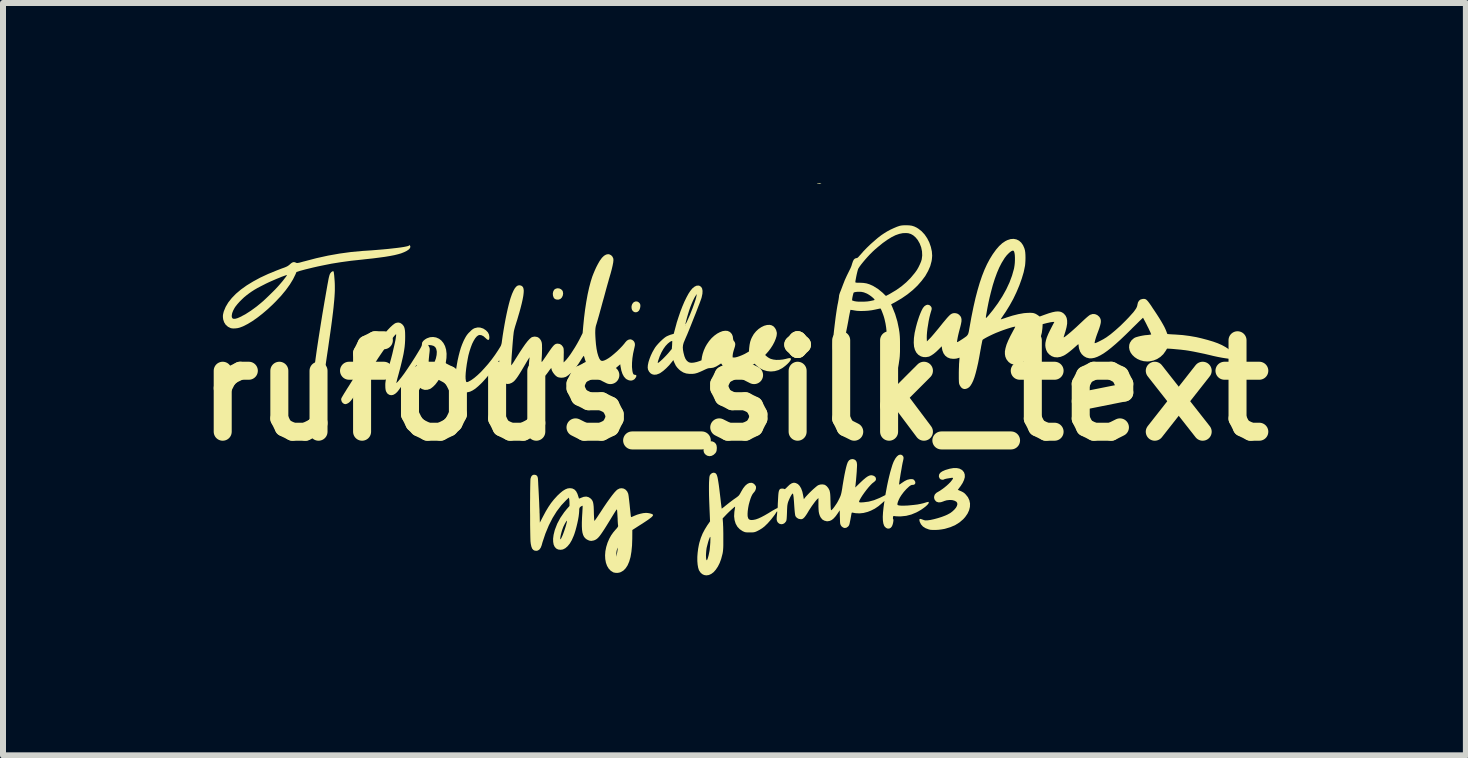
<source format=kicad_pcb>
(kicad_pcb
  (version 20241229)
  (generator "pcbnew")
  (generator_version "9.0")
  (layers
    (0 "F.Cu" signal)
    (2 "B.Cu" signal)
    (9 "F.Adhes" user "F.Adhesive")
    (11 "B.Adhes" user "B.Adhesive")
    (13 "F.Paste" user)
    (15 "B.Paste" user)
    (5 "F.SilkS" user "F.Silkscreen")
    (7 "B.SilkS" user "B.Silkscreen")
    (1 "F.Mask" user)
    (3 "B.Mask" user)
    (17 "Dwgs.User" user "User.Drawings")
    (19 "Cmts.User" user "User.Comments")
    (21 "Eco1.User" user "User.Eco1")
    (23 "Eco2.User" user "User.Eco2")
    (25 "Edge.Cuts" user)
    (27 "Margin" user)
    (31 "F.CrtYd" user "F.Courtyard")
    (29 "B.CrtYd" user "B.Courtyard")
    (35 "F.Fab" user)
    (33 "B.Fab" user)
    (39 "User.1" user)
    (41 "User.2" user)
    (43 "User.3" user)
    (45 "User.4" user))
  (footprint "rufous_silk_text"
    (layer "F.Cu")
    (at 9.188 3.454)
    (property "Reference" "rufous_silk_text" (at 0 0 0) (layer "F.SilkS") (effects (font (size 1.524 1.524) (thickness 0.3))))
    (attr board_only exclude_from_pos_files exclude_from_bom)
    (fp_poly (pts (xy 1.435 -3.453) (xy 1.446 -3.451) (xy 1.445 -3.448) (xy 1.444 -3.448) (xy 1.417 -3.442) (xy 1.385 -3.446) (xy 1.378 -3.448) (xy 1.373 -3.451) (xy 1.38 -3.453) (xy 1.4 -3.453) (xy 1.409 -3.454)) (stroke (width 0) (type solid)) (fill yes) (layer "F.SilkS"))
    (fp_poly (pts (xy -1.618 -1.479) (xy -1.601 -1.471) (xy -1.579 -1.451) (xy -1.568 -1.424) (xy -1.569 -1.389) (xy -1.578 -1.354) (xy -1.593 -1.326) (xy -1.615 -1.308) (xy -1.641 -1.3) (xy -1.668 -1.304) (xy -1.689 -1.317) (xy -1.707 -1.34) (xy -1.715 -1.37) (xy -1.715 -1.403) (xy -1.706 -1.433) (xy -1.689 -1.459) (xy -1.672 -1.472) (xy -1.644 -1.482)) (stroke (width 0) (type solid)) (fill yes) (layer "F.SilkS"))
    (fp_poly (pts (xy -2.916 -1.697) (xy -2.889 -1.684) (xy -2.868 -1.663) (xy -2.86 -1.647) (xy -2.855 -1.613) (xy -2.861 -1.578) (xy -2.876 -1.547) (xy -2.899 -1.524) (xy -2.903 -1.522) (xy -2.93 -1.512) (xy -2.96 -1.512) (xy -2.987 -1.52) (xy -2.996 -1.525) (xy -3.014 -1.548) (xy -3.024 -1.578) (xy -3.027 -1.611) (xy -3.021 -1.644) (xy -3.007 -1.672) (xy -3 -1.68) (xy -2.975 -1.695) (xy -2.946 -1.701)) (stroke (width 0) (type solid)) (fill yes) (layer "F.SilkS"))
    (fp_poly (pts (xy -0.372 0.85) (xy -0.34 0.863) (xy -0.33 0.871) (xy -0.309 0.893) (xy -0.298 0.921) (xy -0.294 0.956) (xy -0.295 0.975) (xy -0.298 1.004) (xy -0.305 1.026) (xy -0.317 1.045) (xy -0.346 1.073) (xy -0.38 1.091) (xy -0.415 1.097) (xy -0.45 1.09) (xy -0.461 1.085) (xy -0.492 1.062) (xy -0.51 1.032) (xy -0.516 0.998) (xy -0.51 0.96) (xy -0.501 0.939) (xy -0.487 0.915) (xy -0.472 0.892) (xy -0.465 0.883) (xy -0.438 0.86) (xy -0.406 0.849)) (stroke (width 0) (type solid)) (fill yes) (layer "F.SilkS"))
    (fp_poly (pts (xy -6.679 -1.98) (xy -6.677 -1.97) (xy -6.674 -1.949) (xy -6.67 -1.919) (xy -6.667 -1.883) (xy -6.665 -1.858) (xy -6.662 -1.82) (xy -6.66 -1.782) (xy -6.659 -1.743) (xy -6.659 -1.703) (xy -6.659 -1.66) (xy -6.661 -1.615) (xy -6.664 -1.565) (xy -6.668 -1.511) (xy -6.674 -1.451) (xy -6.68 -1.386) (xy -6.688 -1.314) (xy -6.698 -1.234) (xy -6.709 -1.146) (xy -6.722 -1.049) (xy -6.737 -0.943) (xy -6.754 -0.825) (xy -6.772 -0.697) (xy -6.793 -0.557) (xy -6.815 -0.404) (xy -6.828 -0.315) (xy -6.844 -0.208) (xy -6.858 -0.104) (xy -6.871 -0.006) (xy -6.882 0.086) (xy -6.891 0.17) (xy -6.899 0.247) (xy -6.904 0.313) (xy -6.907 0.369) (xy -6.909 0.413) (xy -6.908 0.439) (xy -6.903 0.474) (xy -6.893 0.498) (xy -6.89 0.502) (xy -6.881 0.52) (xy -6.884 0.531) (xy -6.9 0.537) (xy -6.918 0.538) (xy -6.941 0.535) (xy -6.964 0.521) (xy -6.968 0.517) (xy -6.992 0.489) (xy -7.014 0.45) (xy -7.031 0.403) (xy -7.039 0.372) (xy -7.046 0.325) (xy -7.05 0.265) (xy -7.05 0.192) (xy -7.047 0.107) (xy -7.04 0.008) (xy -7.031 -0.104) (xy -7.017 -0.229) (xy -7.001 -0.367) (xy -6.981 -0.519) (xy -6.958 -0.684) (xy -6.931 -0.862) (xy -6.901 -1.053) (xy -6.868 -1.259) (xy -6.831 -1.477) (xy -6.818 -1.551) (xy -6.804 -1.632) (xy -6.792 -1.701) (xy -6.782 -1.758) (xy -6.773 -1.805) (xy -6.766 -1.844) (xy -6.76 -1.874) (xy -6.754 -1.897) (xy -6.749 -1.916) (xy -6.744 -1.93) (xy -6.74 -1.94) (xy -6.735 -1.949) (xy -6.734 -1.95) (xy -6.72 -1.968) (xy -6.704 -1.98) (xy -6.689 -1.985)) (stroke (width 0) (type solid)) (fill yes) (layer "F.SilkS"))
    (fp_poly (pts (xy 3.748 1.304) (xy 3.786 1.324) (xy 3.798 1.333) (xy 3.824 1.365) (xy 3.837 1.403) (xy 3.838 1.446) (xy 3.825 1.493) (xy 3.8 1.546) (xy 3.762 1.604) (xy 3.759 1.607) (xy 3.721 1.658) (xy 3.747 1.669) (xy 3.782 1.684) (xy 3.807 1.697) (xy 3.827 1.71) (xy 3.845 1.727) (xy 3.853 1.735) (xy 3.89 1.781) (xy 3.914 1.832) (xy 3.925 1.886) (xy 3.923 1.942) (xy 3.909 1.999) (xy 3.883 2.055) (xy 3.844 2.111) (xy 3.812 2.147) (xy 3.75 2.2) (xy 3.68 2.244) (xy 3.6 2.279) (xy 3.51 2.306) (xy 3.497 2.309) (xy 3.452 2.317) (xy 3.404 2.323) (xy 3.354 2.326) (xy 3.307 2.326) (xy 3.267 2.324) (xy 3.24 2.318) (xy 3.184 2.297) (xy 3.14 2.269) (xy 3.108 2.233) (xy 3.087 2.19) (xy 3.082 2.169) (xy 3.081 2.152) (xy 3.088 2.143) (xy 3.104 2.143) (xy 3.13 2.152) (xy 3.135 2.154) (xy 3.16 2.163) (xy 3.182 2.167) (xy 3.21 2.166) (xy 3.217 2.166) (xy 3.268 2.159) (xy 3.327 2.146) (xy 3.39 2.129) (xy 3.453 2.109) (xy 3.511 2.087) (xy 3.547 2.071) (xy 3.593 2.046) (xy 3.632 2.017) (xy 3.665 1.986) (xy 3.691 1.955) (xy 3.707 1.925) (xy 3.714 1.897) (xy 3.71 1.873) (xy 3.695 1.854) (xy 3.664 1.838) (xy 3.625 1.828) (xy 3.581 1.827) (xy 3.536 1.832) (xy 3.492 1.845) (xy 3.482 1.85) (xy 3.44 1.864) (xy 3.403 1.867) (xy 3.371 1.858) (xy 3.357 1.849) (xy 3.336 1.823) (xy 3.326 1.793) (xy 3.328 1.762) (xy 3.34 1.733) (xy 3.364 1.708) (xy 3.379 1.699) (xy 3.425 1.672) (xy 3.474 1.638) (xy 3.522 1.6) (xy 3.566 1.561) (xy 3.603 1.523) (xy 3.614 1.509) (xy 3.633 1.484) (xy 3.641 1.468) (xy 3.641 1.46) (xy 3.631 1.457) (xy 3.614 1.458) (xy 3.571 1.465) (xy 3.535 1.471) (xy 3.51 1.477) (xy 3.495 1.482) (xy 3.493 1.483) (xy 3.484 1.488) (xy 3.467 1.49) (xy 3.464 1.49) (xy 3.437 1.484) (xy 3.418 1.467) (xy 3.407 1.441) (xy 3.406 1.426) (xy 3.412 1.397) (xy 3.431 1.372) (xy 3.462 1.35) (xy 3.507 1.33) (xy 3.514 1.327) (xy 3.586 1.306) (xy 3.649 1.295) (xy 3.703 1.295)) (stroke (width 0) (type solid)) (fill yes) (layer "F.SilkS"))
    (fp_poly (pts (xy -5.408 -2.416) (xy -5.406 -2.412) (xy -5.4 -2.391) (xy -5.407 -2.37) (xy -5.427 -2.347) (xy -5.459 -2.325) (xy -5.503 -2.303) (xy -5.556 -2.282) (xy -5.605 -2.268) (xy -5.666 -2.253) (xy -5.738 -2.239) (xy -5.822 -2.225) (xy -5.918 -2.212) (xy -6.027 -2.198) (xy -6.149 -2.185) (xy -6.21 -2.178) (xy -6.388 -2.159) (xy -6.556 -2.136) (xy -6.712 -2.111) (xy -6.813 -2.091) (xy -6.882 -2.077) (xy -6.953 -2.062) (xy -7.023 -2.046) (xy -7.089 -2.03) (xy -7.15 -2.015) (xy -7.202 -2.001) (xy -7.242 -1.99) (xy -7.298 -1.972) (xy -7.315 -1.932) (xy -7.356 -1.849) (xy -7.41 -1.761) (xy -7.476 -1.67) (xy -7.553 -1.577) (xy -7.642 -1.482) (xy -7.692 -1.432) (xy -7.781 -1.349) (xy -7.868 -1.275) (xy -7.954 -1.208) (xy -8.036 -1.151) (xy -8.114 -1.104) (xy -8.187 -1.067) (xy -8.242 -1.046) (xy -8.277 -1.037) (xy -8.317 -1.032) (xy -8.355 -1.031) (xy -8.386 -1.035) (xy -8.394 -1.037) (xy -8.439 -1.059) (xy -8.476 -1.091) (xy -8.503 -1.133) (xy -8.519 -1.181) (xy -8.523 -1.211) (xy -8.524 -1.24) (xy -8.523 -1.251) (xy -8.376 -1.251) (xy -8.376 -1.222) (xy -8.366 -1.201) (xy -8.366 -1.201) (xy -8.348 -1.192) (xy -8.32 -1.192) (xy -8.283 -1.202) (xy -8.239 -1.221) (xy -8.151 -1.267) (xy -8.059 -1.326) (xy -7.963 -1.396) (xy -7.892 -1.454) (xy -7.85 -1.49) (xy -7.803 -1.534) (xy -7.752 -1.583) (xy -7.701 -1.633) (xy -7.652 -1.682) (xy -7.61 -1.727) (xy -7.585 -1.755) (xy -7.556 -1.789) (xy -7.528 -1.822) (xy -7.504 -1.853) (xy -7.483 -1.88) (xy -7.467 -1.902) (xy -7.458 -1.916) (xy -7.457 -1.921) (xy -7.465 -1.92) (xy -7.484 -1.914) (xy -7.512 -1.904) (xy -7.548 -1.891) (xy -7.588 -1.874) (xy -7.633 -1.856) (xy -7.679 -1.836) (xy -7.725 -1.816) (xy -7.769 -1.796) (xy -7.809 -1.777) (xy -7.826 -1.768) (xy -7.893 -1.734) (xy -7.95 -1.704) (xy -8 -1.675) (xy -8.045 -1.646) (xy -8.089 -1.615) (xy -8.13 -1.584) (xy -8.168 -1.553) (xy -8.207 -1.516) (xy -8.246 -1.477) (xy -8.281 -1.438) (xy -8.31 -1.402) (xy -8.329 -1.374) (xy -8.353 -1.329) (xy -8.369 -1.288) (xy -8.376 -1.251) (xy -8.523 -1.251) (xy -8.521 -1.267) (xy -8.514 -1.297) (xy -8.509 -1.316) (xy -8.478 -1.391) (xy -8.434 -1.465) (xy -8.376 -1.538) (xy -8.306 -1.61) (xy -8.223 -1.68) (xy -8.128 -1.748) (xy -8.02 -1.814) (xy -7.902 -1.878) (xy -7.771 -1.939) (xy -7.63 -1.997) (xy -7.539 -2.032) (xy -7.499 -2.046) (xy -7.47 -2.058) (xy -7.448 -2.069) (xy -7.43 -2.081) (xy -7.413 -2.094) (xy -7.409 -2.099) (xy -7.381 -2.122) (xy -7.359 -2.134) (xy -7.339 -2.137) (xy -7.318 -2.132) (xy -7.312 -2.129) (xy -7.302 -2.125) (xy -7.293 -2.122) (xy -7.283 -2.122) (xy -7.268 -2.124) (xy -7.247 -2.128) (xy -7.218 -2.136) (xy -7.178 -2.147) (xy -7.169 -2.149) (xy -6.967 -2.202) (xy -6.772 -2.245) (xy -6.58 -2.279) (xy -6.389 -2.305) (xy -6.195 -2.323) (xy -6.161 -2.325) (xy -6.056 -2.332) (xy -5.957 -2.34) (xy -5.862 -2.348) (xy -5.775 -2.356) (xy -5.695 -2.365) (xy -5.624 -2.373) (xy -5.562 -2.381) (xy -5.51 -2.389) (xy -5.47 -2.397) (xy -5.441 -2.404) (xy -5.426 -2.41) (xy -5.425 -2.411) (xy -5.414 -2.419)) (stroke (width 0) (type solid)) (fill yes) (layer "F.SilkS"))
    (fp_poly (pts (xy -5.571 -1.124) (xy -5.54 -1.104) (xy -5.533 -1.097) (xy -5.517 -1.078) (xy -5.505 -1.058) (xy -5.497 -1.033) (xy -5.491 -1.001) (xy -5.488 -0.961) (xy -5.487 -0.91) (xy -5.487 -0.885) (xy -5.488 -0.83) (xy -5.491 -0.777) (xy -5.496 -0.724) (xy -5.504 -0.669) (xy -5.514 -0.609) (xy -5.528 -0.544) (xy -5.545 -0.471) (xy -5.565 -0.389) (xy -5.59 -0.295) (xy -5.594 -0.28) (xy -5.606 -0.236) (xy -5.617 -0.196) (xy -5.625 -0.163) (xy -5.631 -0.138) (xy -5.634 -0.124) (xy -5.634 -0.121) (xy -5.629 -0.125) (xy -5.617 -0.137) (xy -5.6 -0.155) (xy -5.597 -0.159) (xy -5.552 -0.214) (xy -5.502 -0.281) (xy -5.447 -0.361) (xy -5.387 -0.451) (xy -5.322 -0.553) (xy -5.273 -0.633) (xy -5.249 -0.673) (xy -5.231 -0.704) (xy -5.219 -0.727) (xy -5.212 -0.744) (xy -5.208 -0.757) (xy -5.208 -0.767) (xy -5.208 -0.769) (xy -5.204 -0.796) (xy -5.187 -0.822) (xy -5.158 -0.847) (xy -5.125 -0.867) (xy -5.074 -0.885) (xy -5.022 -0.889) (xy -4.971 -0.881) (xy -4.923 -0.86) (xy -4.886 -0.832) (xy -4.85 -0.789) (xy -4.823 -0.738) (xy -4.805 -0.678) (xy -4.797 -0.611) (xy -4.799 -0.539) (xy -4.81 -0.462) (xy -4.831 -0.381) (xy -4.851 -0.325) (xy -4.879 -0.261) (xy -4.912 -0.2) (xy -4.948 -0.145) (xy -4.985 -0.097) (xy -5.023 -0.059) (xy -5.059 -0.031) (xy -5.074 -0.023) (xy -5.119 -0.009) (xy -5.164 -0.008) (xy -5.206 -0.021) (xy -5.244 -0.045) (xy -5.26 -0.062) (xy -5.286 -0.102) (xy -5.303 -0.15) (xy -5.312 -0.208) (xy -5.311 -0.276) (xy -5.306 -0.325) (xy -5.105 -0.325) (xy -5.105 -0.304) (xy -5.104 -0.294) (xy -5.103 -0.294) (xy -5.098 -0.299) (xy -5.087 -0.314) (xy -5.072 -0.334) (xy -5.067 -0.342) (xy -5.028 -0.407) (xy -4.997 -0.471) (xy -4.975 -0.532) (xy -4.963 -0.589) (xy -4.96 -0.639) (xy -4.961 -0.652) (xy -4.97 -0.692) (xy -4.986 -0.72) (xy -5.01 -0.739) (xy -5.044 -0.75) (xy -5.067 -0.753) (xy -5.104 -0.757) (xy -5.09 -0.727) (xy -5.084 -0.716) (xy -5.081 -0.706) (xy -5.079 -0.694) (xy -5.078 -0.679) (xy -5.079 -0.657) (xy -5.082 -0.627) (xy -5.087 -0.585) (xy -5.087 -0.581) (xy -5.092 -0.533) (xy -5.096 -0.484) (xy -5.099 -0.437) (xy -5.102 -0.394) (xy -5.104 -0.356) (xy -5.105 -0.325) (xy -5.306 -0.325) (xy -5.305 -0.338) (xy -5.301 -0.371) (xy -5.297 -0.397) (xy -5.296 -0.416) (xy -5.295 -0.423) (xy -5.295 -0.423) (xy -5.297 -0.423) (xy -5.299 -0.421) (xy -5.304 -0.415) (xy -5.311 -0.405) (xy -5.322 -0.39) (xy -5.337 -0.369) (xy -5.356 -0.341) (xy -5.381 -0.306) (xy -5.413 -0.261) (xy -5.451 -0.206) (xy -5.486 -0.155) (xy -5.516 -0.113) (xy -5.545 -0.072) (xy -5.572 -0.036) (xy -5.594 -0.005) (xy -5.612 0.018) (xy -5.621 0.028) (xy -5.654 0.058) (xy -5.688 0.076) (xy -5.721 0.081) (xy -5.753 0.074) (xy -5.781 0.055) (xy -5.786 0.049) (xy -5.802 0.025) (xy -5.812 -0.003) (xy -5.817 -0.04) (xy -5.818 -0.081) (xy -5.818 -0.109) (xy -5.815 -0.138) (xy -5.81 -0.171) (xy -5.803 -0.209) (xy -5.793 -0.254) (xy -5.78 -0.307) (xy -5.764 -0.371) (xy -5.744 -0.446) (xy -5.742 -0.455) (xy -5.721 -0.531) (xy -5.702 -0.604) (xy -5.686 -0.673) (xy -5.671 -0.737) (xy -5.658 -0.793) (xy -5.648 -0.842) (xy -5.642 -0.882) (xy -5.638 -0.912) (xy -5.637 -0.93) (xy -5.639 -0.935) (xy -5.645 -0.931) (xy -5.659 -0.917) (xy -5.681 -0.891) (xy -5.709 -0.855) (xy -5.744 -0.809) (xy -5.786 -0.752) (xy -5.799 -0.734) (xy -5.83 -0.692) (xy -5.858 -0.653) (xy -5.884 -0.615) (xy -5.91 -0.577) (xy -5.937 -0.537) (xy -5.965 -0.493) (xy -5.996 -0.445) (xy -6.03 -0.391) (xy -6.069 -0.328) (xy -6.114 -0.256) (xy -6.142 -0.21) (xy -6.192 -0.129) (xy -6.235 -0.06) (xy -6.272 -0.001) (xy -6.304 0.049) (xy -6.332 0.091) (xy -6.355 0.124) (xy -6.375 0.151) (xy -6.392 0.173) (xy -6.407 0.189) (xy -6.42 0.201) (xy -6.432 0.21) (xy -6.444 0.217) (xy -6.467 0.227) (xy -6.485 0.23) (xy -6.501 0.226) (xy -6.508 0.224) (xy -6.53 0.208) (xy -6.546 0.184) (xy -6.553 0.157) (xy -6.553 0.154) (xy -6.553 0.149) (xy -6.553 0.145) (xy -6.552 0.14) (xy -6.55 0.133) (xy -6.546 0.124) (xy -6.539 0.112) (xy -6.53 0.096) (xy -6.518 0.076) (xy -6.502 0.049) (xy -6.481 0.016) (xy -6.456 -0.025) (xy -6.425 -0.073) (xy -6.389 -0.131) (xy -6.346 -0.199) (xy -6.296 -0.278) (xy -6.288 -0.29) (xy -6.213 -0.408) (xy -6.14 -0.519) (xy -6.071 -0.621) (xy -6.004 -0.716) (xy -5.941 -0.802) (xy -5.883 -0.88) (xy -5.828 -0.947) (xy -5.779 -1.005) (xy -5.735 -1.051) (xy -5.696 -1.087) (xy -5.663 -1.112) (xy -5.642 -1.123) (xy -5.605 -1.13)) (stroke (width 0) (type solid)) (fill yes) (layer "F.SilkS"))
    (fp_poly (pts (xy -0.58 -1.741) (xy -0.555 -1.723) (xy -0.539 -1.696) (xy -0.532 -1.658) (xy -0.534 -1.61) (xy -0.546 -1.554) (xy -0.549 -1.541) (xy -0.556 -1.521) (xy -0.567 -1.49) (xy -0.582 -1.449) (xy -0.601 -1.401) (xy -0.622 -1.346) (xy -0.645 -1.286) (xy -0.67 -1.224) (xy -0.695 -1.161) (xy -0.72 -1.098) (xy -0.744 -1.038) (xy -0.767 -0.981) (xy -0.788 -0.93) (xy -0.807 -0.887) (xy -0.822 -0.852) (xy -0.829 -0.835) (xy -0.847 -0.792) (xy -0.857 -0.754) (xy -0.861 -0.716) (xy -0.858 -0.674) (xy -0.849 -0.625) (xy -0.834 -0.568) (xy -0.816 -0.524) (xy -0.792 -0.491) (xy -0.764 -0.47) (xy -0.742 -0.462) (xy -0.711 -0.459) (xy -0.672 -0.463) (xy -0.627 -0.473) (xy -0.581 -0.488) (xy -0.55 -0.5) (xy -0.542 -0.557) (xy -0.53 -0.608) (xy -0.511 -0.665) (xy -0.485 -0.723) (xy -0.46 -0.767) (xy -0.423 -0.821) (xy -0.381 -0.87) (xy -0.336 -0.911) (xy -0.289 -0.945) (xy -0.242 -0.97) (xy -0.197 -0.987) (xy -0.153 -0.993) (xy -0.114 -0.99) (xy -0.079 -0.974) (xy -0.07 -0.967) (xy -0.044 -0.938) (xy -0.029 -0.902) (xy -0.025 -0.874) (xy -0.022 -0.851) (xy -0.016 -0.832) (xy -0.013 -0.827) (xy 0.003 -0.806) (xy 0.011 -0.786) (xy 0.013 -0.762) (xy 0.008 -0.732) (xy -0.004 -0.693) (xy -0.007 -0.684) (xy -0.017 -0.651) (xy -0.025 -0.619) (xy -0.029 -0.592) (xy -0.03 -0.586) (xy -0.031 -0.549) (xy -0.007 -0.547) (xy 0.016 -0.549) (xy 0.048 -0.557) (xy 0.086 -0.57) (xy 0.126 -0.586) (xy 0.167 -0.605) (xy 0.189 -0.617) (xy 0.241 -0.647) (xy 0.245 -0.703) (xy 0.252 -0.76) (xy 0.262 -0.809) (xy 0.277 -0.854) (xy 0.293 -0.888) (xy 0.322 -0.938) (xy 0.359 -0.983) (xy 0.401 -1.022) (xy 0.447 -1.053) (xy 0.494 -1.076) (xy 0.542 -1.089) (xy 0.586 -1.091) (xy 0.618 -1.084) (xy 0.649 -1.067) (xy 0.675 -1.039) (xy 0.694 -1.004) (xy 0.705 -0.964) (xy 0.706 -0.944) (xy 0.701 -0.904) (xy 0.687 -0.858) (xy 0.666 -0.807) (xy 0.638 -0.754) (xy 0.604 -0.701) (xy 0.567 -0.652) (xy 0.546 -0.628) (xy 0.511 -0.589) (xy 0.538 -0.565) (xy 0.56 -0.548) (xy 0.588 -0.532) (xy 0.606 -0.524) (xy 0.647 -0.513) (xy 0.697 -0.507) (xy 0.751 -0.508) (xy 0.807 -0.514) (xy 0.851 -0.523) (xy 0.886 -0.532) (xy 0.911 -0.537) (xy 0.926 -0.537) (xy 0.936 -0.534) (xy 0.94 -0.527) (xy 0.939 -0.512) (xy 0.928 -0.491) (xy 0.908 -0.466) (xy 0.881 -0.438) (xy 0.849 -0.41) (xy 0.814 -0.383) (xy 0.794 -0.369) (xy 0.734 -0.338) (xy 0.671 -0.32) (xy 0.606 -0.314) (xy 0.541 -0.321) (xy 0.478 -0.34) (xy 0.419 -0.371) (xy 0.372 -0.408) (xy 0.335 -0.444) (xy 0.312 -0.431) (xy 0.232 -0.386) (xy 0.159 -0.353) (xy 0.093 -0.331) (xy 0.033 -0.319) (xy -0.022 -0.317) (xy -0.068 -0.324) (xy -0.113 -0.339) (xy -0.149 -0.36) (xy -0.18 -0.39) (xy -0.21 -0.431) (xy -0.214 -0.438) (xy -0.219 -0.445) (xy -0.226 -0.446) (xy -0.237 -0.44) (xy -0.254 -0.428) (xy -0.305 -0.397) (xy -0.352 -0.378) (xy -0.398 -0.371) (xy -0.401 -0.371) (xy -0.421 -0.37) (xy -0.439 -0.367) (xy -0.459 -0.36) (xy -0.485 -0.349) (xy -0.519 -0.333) (xy -0.52 -0.332) (xy -0.574 -0.308) (xy -0.619 -0.29) (xy -0.66 -0.279) (xy -0.701 -0.274) (xy -0.744 -0.274) (xy -0.748 -0.274) (xy -0.804 -0.281) (xy -0.853 -0.298) (xy -0.898 -0.326) (xy -0.923 -0.347) (xy -0.953 -0.378) (xy -0.977 -0.41) (xy -0.996 -0.449) (xy -1.004 -0.466) (xy -1.019 -0.504) (xy -1.038 -0.479) (xy -1.087 -0.419) (xy -1.138 -0.367) (xy -1.188 -0.323) (xy -1.236 -0.289) (xy -1.255 -0.279) (xy -1.299 -0.263) (xy -1.34 -0.26) (xy -1.375 -0.269) (xy -1.401 -0.286) (xy -1.424 -0.313) (xy -1.44 -0.345) (xy -1.441 -0.347) (xy -1.446 -0.38) (xy -1.443 -0.421) (xy -1.434 -0.463) (xy -1.279 -0.463) (xy -1.277 -0.458) (xy -1.268 -0.46) (xy -1.253 -0.471) (xy -1.23 -0.491) (xy -1.199 -0.519) (xy -1.17 -0.548) (xy -1.137 -0.582) (xy -1.106 -0.616) (xy -1.094 -0.63) (xy -1.044 -0.69) (xy -1.039 -0.755) (xy -1.038 -0.784) (xy -1.037 -0.807) (xy -1.037 -0.821) (xy -1.038 -0.823) (xy -1.045 -0.822) (xy -1.061 -0.815) (xy -1.073 -0.809) (xy -1.11 -0.78) (xy -1.148 -0.74) (xy -1.184 -0.69) (xy -1.217 -0.632) (xy -1.245 -0.57) (xy -1.256 -0.539) (xy -1.266 -0.51) (xy -1.274 -0.485) (xy -1.278 -0.468) (xy -1.279 -0.463) (xy -1.434 -0.463) (xy -1.433 -0.47) (xy -1.416 -0.523) (xy -1.394 -0.58) (xy -1.367 -0.637) (xy -1.335 -0.693) (xy -1.32 -0.717) (xy -1.297 -0.747) (xy -1.267 -0.781) (xy -1.234 -0.815) (xy -1.2 -0.847) (xy -1.167 -0.875) (xy -1.14 -0.894) (xy -1.133 -0.898) (xy -1.103 -0.912) (xy -1.07 -0.925) (xy -1.053 -0.93) (xy -1.012 -0.942) (xy -0.988 -1.032) (xy -0.973 -1.087) (xy -0.825 -1.087) (xy -0.822 -1.084) (xy -0.818 -1.087) (xy -0.822 -1.091) (xy -0.825 -1.087) (xy -0.973 -1.087) (xy -0.969 -1.101) (xy -0.818 -1.101) (xy -0.815 -1.103) (xy -0.807 -1.116) (xy -0.796 -1.139) (xy -0.782 -1.168) (xy -0.766 -1.204) (xy -0.749 -1.242) (xy -0.732 -1.283) (xy -0.724 -1.304) (xy -0.701 -1.361) (xy -0.681 -1.416) (xy -0.663 -1.468) (xy -0.648 -1.513) (xy -0.638 -1.55) (xy -0.633 -1.574) (xy -0.629 -1.605) (xy -0.651 -1.57) (xy -0.67 -1.538) (xy -0.691 -1.495) (xy -0.713 -1.444) (xy -0.735 -1.389) (xy -0.748 -1.352) (xy -0.757 -1.326) (xy -0.767 -1.293) (xy -0.778 -1.257) (xy -0.789 -1.219) (xy -0.799 -1.182) (xy -0.807 -1.149) (xy -0.814 -1.123) (xy -0.817 -1.106) (xy -0.818 -1.101) (xy -0.969 -1.101) (xy -0.963 -1.126) (xy -0.933 -1.219) (xy -0.902 -1.31) (xy -0.869 -1.396) (xy -0.835 -1.476) (xy -0.8 -1.548) (xy -0.767 -1.609) (xy -0.737 -1.655) (xy -0.703 -1.697) (xy -0.668 -1.726) (xy -0.634 -1.743) (xy -0.601 -1.746)) (stroke (width 0) (type solid)) (fill yes) (layer "F.SilkS"))
    (fp_poly (pts (xy 2.912 -2.749) (xy 2.955 -2.743) (xy 2.994 -2.731) (xy 3.034 -2.712) (xy 3.063 -2.694) (xy 3.118 -2.651) (xy 3.168 -2.597) (xy 3.211 -2.534) (xy 3.246 -2.465) (xy 3.272 -2.39) (xy 3.289 -2.314) (xy 3.294 -2.244) (xy 3.292 -2.216) (xy 3.289 -2.182) (xy 3.284 -2.152) (xy 3.262 -2.07) (xy 3.226 -1.988) (xy 3.179 -1.905) (xy 3.119 -1.825) (xy 3.05 -1.746) (xy 2.971 -1.671) (xy 2.882 -1.599) (xy 2.786 -1.533) (xy 2.684 -1.473) (xy 2.61 -1.433) (xy 2.63 -1.388) (xy 2.677 -1.271) (xy 2.714 -1.148) (xy 2.741 -1.018) (xy 2.742 -1.007) (xy 2.748 -0.971) (xy 2.752 -0.935) (xy 2.755 -0.899) (xy 2.757 -0.857) (xy 2.758 -0.808) (xy 2.758 -0.748) (xy 2.758 -0.694) (xy 2.758 -0.648) (xy 2.756 -0.606) (xy 2.754 -0.567) (xy 2.75 -0.528) (xy 2.744 -0.487) (xy 2.737 -0.441) (xy 2.727 -0.387) (xy 2.715 -0.324) (xy 2.706 -0.276) (xy 2.692 -0.206) (xy 2.679 -0.148) (xy 2.669 -0.1) (xy 2.659 -0.061) (xy 2.651 -0.03) (xy 2.642 -0.004) (xy 2.633 0.018) (xy 2.624 0.038) (xy 2.621 0.044) (xy 2.597 0.081) (xy 2.572 0.106) (xy 2.546 0.118) (xy 2.52 0.116) (xy 2.509 0.111) (xy 2.498 0.101) (xy 2.486 0.083) (xy 2.481 0.075) (xy 2.473 0.056) (xy 2.467 0.033) (xy 2.464 0.005) (xy 2.462 -0.029) (xy 2.464 -0.07) (xy 2.468 -0.119) (xy 2.474 -0.179) (xy 2.483 -0.251) (xy 2.492 -0.322) (xy 2.503 -0.401) (xy 2.512 -0.467) (xy 2.52 -0.524) (xy 2.526 -0.572) (xy 2.53 -0.614) (xy 2.534 -0.651) (xy 2.536 -0.685) (xy 2.538 -0.718) (xy 2.539 -0.752) (xy 2.539 -0.788) (xy 2.539 -0.829) (xy 2.539 -0.83) (xy 2.538 -0.912) (xy 2.534 -0.983) (xy 2.527 -1.049) (xy 2.517 -1.112) (xy 2.503 -1.175) (xy 2.501 -1.184) (xy 2.491 -1.221) (xy 2.479 -1.257) (xy 2.466 -1.292) (xy 2.454 -1.323) (xy 2.444 -1.346) (xy 2.435 -1.361) (xy 2.431 -1.364) (xy 2.421 -1.362) (xy 2.401 -1.358) (xy 2.373 -1.352) (xy 2.346 -1.346) (xy 2.289 -1.335) (xy 2.226 -1.327) (xy 2.161 -1.323) (xy 2.097 -1.322) (xy 2.039 -1.325) (xy 1.994 -1.332) (xy 1.967 -1.337) (xy 1.946 -1.34) (xy 1.934 -1.341) (xy 1.932 -1.34) (xy 1.93 -1.333) (xy 1.926 -1.313) (xy 1.92 -1.285) (xy 1.913 -1.249) (xy 1.905 -1.208) (xy 1.905 -1.205) (xy 1.892 -1.133) (xy 1.878 -1.06) (xy 1.864 -0.99) (xy 1.85 -0.922) (xy 1.837 -0.86) (xy 1.825 -0.803) (xy 1.814 -0.754) (xy 1.804 -0.714) (xy 1.797 -0.685) (xy 1.791 -0.669) (xy 1.791 -0.668) (xy 1.774 -0.641) (xy 1.75 -0.62) (xy 1.725 -0.61) (xy 1.715 -0.608) (xy 1.688 -0.614) (xy 1.663 -0.63) (xy 1.647 -0.65) (xy 1.641 -0.668) (xy 1.638 -0.694) (xy 1.637 -0.73) (xy 1.638 -0.777) (xy 1.642 -0.835) (xy 1.649 -0.905) (xy 1.657 -0.983) (xy 1.668 -1.077) (xy 1.678 -1.158) (xy 1.687 -1.229) (xy 1.696 -1.291) (xy 1.704 -1.345) (xy 1.712 -1.394) (xy 1.72 -1.438) (xy 1.724 -1.454) (xy 1.73 -1.489) (xy 1.734 -1.509) (xy 1.96 -1.509) (xy 1.96 -1.499) (xy 1.961 -1.499) (xy 1.969 -1.495) (xy 1.986 -1.49) (xy 1.998 -1.486) (xy 2.028 -1.481) (xy 2.069 -1.477) (xy 2.116 -1.477) (xy 2.165 -1.478) (xy 2.213 -1.481) (xy 2.256 -1.487) (xy 2.264 -1.489) (xy 2.293 -1.495) (xy 2.316 -1.5) (xy 2.331 -1.505) (xy 2.334 -1.507) (xy 2.333 -1.514) (xy 2.322 -1.528) (xy 2.304 -1.545) (xy 2.281 -1.564) (xy 2.255 -1.583) (xy 2.23 -1.599) (xy 2.207 -1.612) (xy 2.157 -1.632) (xy 2.115 -1.641) (xy 2.084 -1.642) (xy 2.051 -1.642) (xy 2.021 -1.639) (xy 1.998 -1.634) (xy 1.988 -1.63) (xy 1.983 -1.622) (xy 1.978 -1.604) (xy 1.972 -1.58) (xy 1.966 -1.553) (xy 1.962 -1.528) (xy 1.96 -1.509) (xy 1.734 -1.509) (xy 1.736 -1.522) (xy 1.74 -1.549) (xy 1.742 -1.566) (xy 1.742 -1.566) (xy 1.744 -1.586) (xy 1.752 -1.612) (xy 1.759 -1.633) (xy 1.769 -1.656) (xy 1.781 -1.688) (xy 1.795 -1.725) (xy 1.809 -1.762) (xy 1.809 -1.762) (xy 1.826 -1.805) (xy 2.014 -1.805) (xy 2.015 -1.8) (xy 2.021 -1.796) (xy 2.032 -1.794) (xy 2.053 -1.793) (xy 2.085 -1.793) (xy 2.089 -1.793) (xy 2.149 -1.79) (xy 2.2 -1.782) (xy 2.249 -1.767) (xy 2.301 -1.744) (xy 2.313 -1.738) (xy 2.396 -1.686) (xy 2.47 -1.625) (xy 2.486 -1.609) (xy 2.503 -1.592) (xy 2.517 -1.579) (xy 2.524 -1.574) (xy 2.524 -1.574) (xy 2.532 -1.577) (xy 2.548 -1.586) (xy 2.572 -1.598) (xy 2.598 -1.613) (xy 2.697 -1.672) (xy 2.784 -1.734) (xy 2.862 -1.8) (xy 2.934 -1.872) (xy 3.001 -1.952) (xy 3.014 -1.969) (xy 3.041 -2.007) (xy 3.067 -2.053) (xy 3.09 -2.101) (xy 3.109 -2.146) (xy 3.12 -2.182) (xy 3.128 -2.247) (xy 3.125 -2.315) (xy 3.111 -2.383) (xy 3.086 -2.448) (xy 3.052 -2.507) (xy 3.017 -2.549) (xy 2.978 -2.583) (xy 2.939 -2.605) (xy 2.896 -2.618) (xy 2.86 -2.621) (xy 2.804 -2.619) (xy 2.746 -2.607) (xy 2.683 -2.585) (xy 2.617 -2.552) (xy 2.546 -2.508) (xy 2.47 -2.454) (xy 2.388 -2.387) (xy 2.333 -2.34) (xy 2.297 -2.306) (xy 2.257 -2.266) (xy 2.217 -2.223) (xy 2.178 -2.179) (xy 2.141 -2.135) (xy 2.108 -2.094) (xy 2.082 -2.058) (xy 2.064 -2.029) (xy 2.061 -2.025) (xy 2.057 -2.011) (xy 2.05 -1.987) (xy 2.042 -1.955) (xy 2.034 -1.92) (xy 2.027 -1.885) (xy 2.021 -1.852) (xy 2.016 -1.825) (xy 2.014 -1.807) (xy 2.014 -1.805) (xy 1.826 -1.805) (xy 1.837 -1.834) (xy 1.874 -1.915) (xy 1.918 -2.004) (xy 1.932 -2.032) (xy 1.939 -2.048) (xy 1.949 -2.073) (xy 1.958 -2.103) (xy 1.961 -2.113) (xy 1.975 -2.153) (xy 1.99 -2.18) (xy 2.008 -2.196) (xy 2.029 -2.203) (xy 2.034 -2.203) (xy 2.045 -2.206) (xy 2.058 -2.215) (xy 2.074 -2.232) (xy 2.097 -2.258) (xy 2.102 -2.263) (xy 2.148 -2.316) (xy 2.203 -2.373) (xy 2.263 -2.431) (xy 2.327 -2.488) (xy 2.389 -2.541) (xy 2.449 -2.587) (xy 2.497 -2.619) (xy 2.544 -2.648) (xy 2.598 -2.677) (xy 2.654 -2.703) (xy 2.706 -2.725) (xy 2.726 -2.732) (xy 2.753 -2.741) (xy 2.777 -2.746) (xy 2.803 -2.749) (xy 2.836 -2.751) (xy 2.86 -2.751)) (stroke (width 0) (type solid)) (fill yes) (layer "F.SilkS"))
    (fp_poly (pts (xy -3.307 1.411) (xy -3.287 1.428) (xy -3.277 1.455) (xy -3.277 1.456) (xy -3.275 1.47) (xy -3.273 1.497) (xy -3.271 1.534) (xy -3.269 1.58) (xy -3.266 1.633) (xy -3.263 1.69) (xy -3.26 1.751) (xy -3.257 1.814) (xy -3.254 1.876) (xy -3.252 1.936) (xy -3.249 1.992) (xy -3.248 2.043) (xy -3.247 2.051) (xy -3.243 2.204) (xy -3.189 2.1) (xy -3.144 2.016) (xy -3.1 1.943) (xy -3.056 1.878) (xy -3.009 1.819) (xy -2.958 1.763) (xy -2.954 1.758) (xy -2.904 1.711) (xy -2.86 1.675) (xy -2.819 1.65) (xy -2.782 1.635) (xy -2.745 1.63) (xy -2.743 1.63) (xy -2.702 1.635) (xy -2.667 1.652) (xy -2.639 1.681) (xy -2.617 1.723) (xy -2.608 1.75) (xy -2.6 1.775) (xy -2.594 1.793) (xy -2.591 1.803) (xy -2.59 1.803) (xy -2.584 1.802) (xy -2.568 1.796) (xy -2.557 1.791) (xy -2.511 1.774) (xy -2.468 1.77) (xy -2.431 1.78) (xy -2.401 1.799) (xy -2.384 1.815) (xy -2.372 1.831) (xy -2.362 1.85) (xy -2.355 1.872) (xy -2.35 1.902) (xy -2.346 1.939) (xy -2.344 1.987) (xy -2.343 2.03) (xy -2.342 2.073) (xy -2.34 2.111) (xy -2.338 2.143) (xy -2.336 2.164) (xy -2.334 2.175) (xy -2.333 2.175) (xy -2.328 2.17) (xy -2.316 2.154) (xy -2.299 2.13) (xy -2.278 2.099) (xy -2.254 2.062) (xy -2.235 2.034) (xy -2.177 1.945) (xy -2.124 1.867) (xy -2.076 1.8) (xy -2.035 1.745) (xy -2 1.702) (xy -1.971 1.671) (xy -1.95 1.653) (xy -1.914 1.635) (xy -1.878 1.631) (xy -1.843 1.638) (xy -1.812 1.657) (xy -1.787 1.686) (xy -1.77 1.724) (xy -1.77 1.727) (xy -1.767 1.741) (xy -1.763 1.767) (xy -1.759 1.802) (xy -1.754 1.843) (xy -1.749 1.888) (xy -1.748 1.895) (xy -1.742 1.956) (xy -1.737 2.004) (xy -1.733 2.041) (xy -1.73 2.069) (xy -1.728 2.088) (xy -1.726 2.101) (xy -1.724 2.108) (xy -1.722 2.111) (xy -1.72 2.112) (xy -1.712 2.109) (xy -1.694 2.102) (xy -1.672 2.092) (xy -1.67 2.091) (xy -1.623 2.072) (xy -1.572 2.057) (xy -1.521 2.046) (xy -1.476 2.042) (xy -1.472 2.042) (xy -1.444 2.044) (xy -1.415 2.049) (xy -1.388 2.056) (xy -1.368 2.064) (xy -1.36 2.071) (xy -1.357 2.079) (xy -1.36 2.088) (xy -1.369 2.1) (xy -1.385 2.116) (xy -1.409 2.134) (xy -1.441 2.158) (xy -1.483 2.186) (xy -1.536 2.221) (xy -1.579 2.248) (xy -1.702 2.327) (xy -1.703 2.473) (xy -1.707 2.587) (xy -1.717 2.688) (xy -1.732 2.777) (xy -1.754 2.853) (xy -1.781 2.916) (xy -1.814 2.966) (xy -1.853 3.005) (xy -1.898 3.03) (xy -1.908 3.034) (xy -1.942 3.041) (xy -1.979 3.041) (xy -2.012 3.035) (xy -2.02 3.032) (xy -2.062 3.006) (xy -2.096 2.97) (xy -2.123 2.925) (xy -2.142 2.872) (xy -2.153 2.812) (xy -2.155 2.773) (xy -1.972 2.773) (xy -1.962 2.734) (xy -1.955 2.704) (xy -1.95 2.671) (xy -1.948 2.657) (xy -1.944 2.619) (xy -1.955 2.643) (xy -1.961 2.663) (xy -1.966 2.69) (xy -1.969 2.72) (xy -1.969 2.72) (xy -1.972 2.773) (xy -2.155 2.773) (xy -2.156 2.748) (xy -2.151 2.68) (xy -2.137 2.61) (xy -2.115 2.539) (xy -2.086 2.472) (xy -2.056 2.418) (xy -2.02 2.367) (xy -1.975 2.314) (xy -1.973 2.313) (xy -1.955 2.291) (xy -1.944 2.276) (xy -1.939 2.264) (xy -1.939 2.252) (xy -1.94 2.246) (xy -1.942 2.23) (xy -1.944 2.203) (xy -1.946 2.169) (xy -1.947 2.131) (xy -1.948 2.119) (xy -1.95 2.081) (xy -1.952 2.047) (xy -1.954 2.019) (xy -1.955 2.001) (xy -1.956 1.998) (xy -1.957 1.992) (xy -1.958 1.987) (xy -1.959 1.984) (xy -1.962 1.985) (xy -1.967 1.991) (xy -1.975 2.002) (xy -1.986 2.019) (xy -2.002 2.044) (xy -2.023 2.078) (xy -2.049 2.121) (xy -2.082 2.175) (xy -2.09 2.188) (xy -2.132 2.256) (xy -2.168 2.313) (xy -2.199 2.36) (xy -2.225 2.398) (xy -2.248 2.429) (xy -2.269 2.453) (xy -2.288 2.471) (xy -2.306 2.484) (xy -2.325 2.494) (xy -2.344 2.501) (xy -2.353 2.503) (xy -2.388 2.509) (xy -2.422 2.503) (xy -2.458 2.486) (xy -2.463 2.483) (xy -2.487 2.464) (xy -2.507 2.44) (xy -2.522 2.409) (xy -2.533 2.371) (xy -2.54 2.324) (xy -2.543 2.267) (xy -2.543 2.2) (xy -2.54 2.12) (xy -2.538 2.086) (xy -2.535 2.04) (xy -2.533 2) (xy -2.531 1.966) (xy -2.53 1.94) (xy -2.53 1.926) (xy -2.53 1.923) (xy -2.537 1.924) (xy -2.551 1.931) (xy -2.556 1.933) (xy -2.572 1.945) (xy -2.582 1.959) (xy -2.587 1.982) (xy -2.587 2.006) (xy -2.59 2.047) (xy -2.596 2.098) (xy -2.606 2.156) (xy -2.619 2.217) (xy -2.634 2.279) (xy -2.65 2.338) (xy -2.667 2.392) (xy -2.679 2.424) (xy -2.71 2.495) (xy -2.744 2.553) (xy -2.781 2.598) (xy -2.819 2.631) (xy -2.859 2.651) (xy -2.897 2.657) (xy -2.938 2.652) (xy -2.971 2.635) (xy -2.996 2.607) (xy -3.013 2.57) (xy -3.021 2.524) (xy -3.022 2.474) (xy -2.903 2.474) (xy -2.9 2.482) (xy -2.899 2.483) (xy -2.894 2.477) (xy -2.885 2.462) (xy -2.879 2.449) (xy -2.867 2.423) (xy -2.853 2.388) (xy -2.839 2.349) (xy -2.825 2.308) (xy -2.812 2.267) (xy -2.802 2.23) (xy -2.794 2.199) (xy -2.791 2.178) (xy -2.791 2.174) (xy -2.793 2.172) (xy -2.801 2.181) (xy -2.812 2.198) (xy -2.825 2.22) (xy -2.838 2.246) (xy -2.851 2.272) (xy -2.86 2.296) (xy -2.872 2.328) (xy -2.882 2.363) (xy -2.891 2.397) (xy -2.898 2.429) (xy -2.902 2.455) (xy -2.903 2.474) (xy -3.022 2.474) (xy -3.022 2.47) (xy -3.014 2.408) (xy -2.997 2.339) (xy -2.992 2.322) (xy -2.953 2.221) (xy -2.901 2.124) (xy -2.837 2.031) (xy -2.794 1.978) (xy -2.749 1.927) (xy -2.749 1.878) (xy -2.75 1.849) (xy -2.752 1.824) (xy -2.755 1.808) (xy -2.759 1.787) (xy -2.804 1.829) (xy -2.886 1.916) (xy -2.962 2.016) (xy -3.031 2.127) (xy -3.094 2.251) (xy -3.15 2.386) (xy -3.199 2.532) (xy -3.213 2.583) (xy -3.229 2.623) (xy -3.25 2.652) (xy -3.276 2.669) (xy -3.299 2.674) (xy -3.329 2.671) (xy -3.352 2.659) (xy -3.371 2.637) (xy -3.384 2.604) (xy -3.394 2.559) (xy -3.399 2.517) (xy -3.4 2.494) (xy -3.401 2.46) (xy -3.402 2.415) (xy -3.403 2.361) (xy -3.404 2.3) (xy -3.405 2.233) (xy -3.405 2.162) (xy -3.405 2.087) (xy -3.406 2.011) (xy -3.406 1.935) (xy -3.406 1.86) (xy -3.405 1.788) (xy -3.405 1.719) (xy -3.404 1.657) (xy -3.403 1.601) (xy -3.402 1.553) (xy -3.401 1.515) (xy -3.4 1.489) (xy -3.399 1.475) (xy -3.388 1.44) (xy -3.372 1.418) (xy -3.349 1.407) (xy -3.335 1.406)) (stroke (width 0) (type solid)) (fill yes) (layer "F.SilkS"))
    (fp_poly (pts (xy -2.085 -2.266) (xy -2.055 -2.251) (xy -2.032 -2.226) (xy -2.019 -2.195) (xy -2.018 -2.193) (xy -2.017 -2.166) (xy -2.021 -2.128) (xy -2.031 -2.077) (xy -2.045 -2.017) (xy -2.064 -1.946) (xy -2.077 -1.902) (xy -2.083 -1.881) (xy -2.091 -1.855) (xy -2.099 -1.824) (xy -2.11 -1.786) (xy -2.123 -1.74) (xy -2.138 -1.686) (xy -2.155 -1.623) (xy -2.175 -1.549) (xy -2.199 -1.464) (xy -2.225 -1.367) (xy -2.234 -1.336) (xy -2.248 -1.284) (xy -2.262 -1.234) (xy -2.275 -1.189) (xy -2.286 -1.15) (xy -2.295 -1.121) (xy -2.3 -1.102) (xy -2.301 -1.102) (xy -2.31 -1.071) (xy -2.316 -1.038) (xy -2.319 -1.001) (xy -2.32 -0.957) (xy -2.318 -0.903) (xy -2.315 -0.85) (xy -2.308 -0.766) (xy -2.298 -0.691) (xy -2.285 -0.626) (xy -2.269 -0.572) (xy -2.252 -0.53) (xy -2.233 -0.502) (xy -2.216 -0.492) (xy -2.193 -0.491) (xy -2.162 -0.501) (xy -2.133 -0.515) (xy -2.095 -0.538) (xy -2.052 -0.569) (xy -2.005 -0.608) (xy -1.957 -0.65) (xy -1.911 -0.695) (xy -1.869 -0.739) (xy -1.834 -0.78) (xy -1.818 -0.801) (xy -1.792 -0.829) (xy -1.763 -0.845) (xy -1.734 -0.85) (xy -1.706 -0.842) (xy -1.681 -0.823) (xy -1.672 -0.81) (xy -1.663 -0.792) (xy -1.659 -0.773) (xy -1.659 -0.75) (xy -1.665 -0.72) (xy -1.671 -0.694) (xy -1.689 -0.613) (xy -1.701 -0.534) (xy -1.707 -0.459) (xy -1.708 -0.39) (xy -1.702 -0.331) (xy -1.7 -0.318) (xy -1.693 -0.289) (xy -1.685 -0.271) (xy -1.675 -0.262) (xy -1.661 -0.259) (xy -1.657 -0.259) (xy -1.64 -0.255) (xy -1.634 -0.243) (xy -1.639 -0.223) (xy -1.642 -0.218) (xy -1.663 -0.188) (xy -1.691 -0.17) (xy -1.723 -0.162) (xy -1.759 -0.167) (xy -1.795 -0.183) (xy -1.813 -0.196) (xy -1.842 -0.229) (xy -1.866 -0.273) (xy -1.885 -0.33) (xy -1.898 -0.396) (xy -1.899 -0.4) (xy -1.903 -0.434) (xy -1.951 -0.393) (xy -1.995 -0.356) (xy -2.035 -0.327) (xy -2.074 -0.303) (xy -2.11 -0.285) (xy -2.135 -0.273) (xy -2.156 -0.267) (xy -2.178 -0.263) (xy -2.207 -0.262) (xy -2.22 -0.262) (xy -2.253 -0.263) (xy -2.277 -0.265) (xy -2.297 -0.27) (xy -2.318 -0.279) (xy -2.323 -0.282) (xy -2.37 -0.312) (xy -2.412 -0.354) (xy -2.447 -0.407) (xy -2.476 -0.469) (xy -2.493 -0.521) (xy -2.5 -0.546) (xy -2.506 -0.565) (xy -2.51 -0.575) (xy -2.51 -0.575) (xy -2.515 -0.571) (xy -2.525 -0.558) (xy -2.54 -0.536) (xy -2.556 -0.51) (xy -2.596 -0.447) (xy -2.638 -0.388) (xy -2.682 -0.335) (xy -2.725 -0.29) (xy -2.766 -0.254) (xy -2.804 -0.228) (xy -2.815 -0.223) (xy -2.849 -0.213) (xy -2.888 -0.21) (xy -2.926 -0.215) (xy -2.95 -0.223) (xy -2.976 -0.241) (xy -3.001 -0.267) (xy -3.023 -0.296) (xy -3.04 -0.326) (xy -3.049 -0.353) (xy -3.049 -0.361) (xy -3.051 -0.369) (xy -3.057 -0.368) (xy -3.068 -0.355) (xy -3.086 -0.332) (xy -3.09 -0.325) (xy -3.132 -0.268) (xy -3.173 -0.224) (xy -3.212 -0.194) (xy -3.25 -0.176) (xy -3.289 -0.17) (xy -3.322 -0.175) (xy -3.356 -0.191) (xy -3.385 -0.217) (xy -3.408 -0.252) (xy -3.416 -0.274) (xy -3.422 -0.305) (xy -3.425 -0.345) (xy -3.426 -0.392) (xy -3.425 -0.442) (xy -3.42 -0.491) (xy -3.42 -0.496) (xy -3.417 -0.521) (xy -3.415 -0.54) (xy -3.415 -0.55) (xy -3.415 -0.55) (xy -3.419 -0.545) (xy -3.429 -0.529) (xy -3.444 -0.505) (xy -3.464 -0.472) (xy -3.486 -0.434) (xy -3.511 -0.392) (xy -3.549 -0.328) (xy -3.581 -0.276) (xy -3.608 -0.234) (xy -3.632 -0.2) (xy -3.653 -0.174) (xy -3.672 -0.153) (xy -3.691 -0.138) (xy -3.71 -0.126) (xy -3.713 -0.124) (xy -3.751 -0.109) (xy -3.787 -0.106) (xy -3.823 -0.115) (xy -3.829 -0.118) (xy -3.858 -0.136) (xy -3.881 -0.159) (xy -3.901 -0.193) (xy -3.904 -0.199) (xy -3.909 -0.212) (xy -3.913 -0.225) (xy -3.916 -0.24) (xy -3.918 -0.26) (xy -3.919 -0.286) (xy -3.92 -0.322) (xy -3.92 -0.368) (xy -3.92 -0.501) (xy -3.972 -0.424) (xy -4.03 -0.34) (xy -4.085 -0.268) (xy -4.139 -0.203) (xy -4.193 -0.143) (xy -4.217 -0.118) (xy -4.271 -0.067) (xy -4.319 -0.027) (xy -4.364 0.002) (xy -4.406 0.022) (xy -4.447 0.032) (xy -4.482 0.035) (xy -4.508 0.033) (xy -4.532 0.028) (xy -4.542 0.025) (xy -4.561 0.014) (xy -4.581 -0.002) (xy -4.587 -0.008) (xy -4.612 -0.04) (xy -4.631 -0.081) (xy -4.643 -0.131) (xy -4.648 -0.19) (xy -4.647 -0.26) (xy -4.64 -0.34) (xy -4.625 -0.432) (xy -4.613 -0.499) (xy -4.595 -0.579) (xy -4.577 -0.648) (xy -4.559 -0.709) (xy -4.538 -0.766) (xy -4.515 -0.82) (xy -4.506 -0.839) (xy -4.486 -0.877) (xy -4.469 -0.906) (xy -4.452 -0.93) (xy -4.431 -0.955) (xy -4.413 -0.972) (xy -4.384 -1.001) (xy -4.36 -1.02) (xy -4.339 -1.032) (xy -4.326 -1.037) (xy -4.28 -1.048) (xy -4.237 -1.046) (xy -4.193 -1.032) (xy -4.183 -1.028) (xy -4.141 -1) (xy -4.109 -0.967) (xy -4.09 -0.929) (xy -4.084 -0.888) (xy -4.086 -0.859) (xy -4.093 -0.843) (xy -4.105 -0.84) (xy -4.123 -0.849) (xy -4.147 -0.871) (xy -4.147 -0.871) (xy -4.181 -0.901) (xy -4.214 -0.918) (xy -4.246 -0.923) (xy -4.27 -0.916) (xy -4.295 -0.897) (xy -4.321 -0.866) (xy -4.346 -0.825) (xy -4.371 -0.775) (xy -4.393 -0.717) (xy -4.414 -0.653) (xy -4.433 -0.583) (xy -4.444 -0.528) (xy -4.46 -0.438) (xy -4.471 -0.358) (xy -4.478 -0.291) (xy -4.481 -0.235) (xy -4.48 -0.191) (xy -4.479 -0.187) (xy -4.475 -0.159) (xy -4.47 -0.143) (xy -4.461 -0.137) (xy -4.447 -0.139) (xy -4.43 -0.146) (xy -4.385 -0.171) (xy -4.335 -0.207) (xy -4.281 -0.253) (xy -4.224 -0.307) (xy -4.166 -0.37) (xy -4.106 -0.438) (xy -4.047 -0.512) (xy -3.99 -0.59) (xy -3.936 -0.671) (xy -3.923 -0.692) (xy -3.905 -0.721) (xy -3.892 -0.744) (xy -3.885 -0.765) (xy -3.879 -0.788) (xy -3.875 -0.819) (xy -3.875 -0.819) (xy -3.862 -0.911) (xy -3.847 -1.005) (xy -3.831 -1.098) (xy -3.814 -1.19) (xy -3.796 -1.278) (xy -3.778 -1.36) (xy -3.76 -1.434) (xy -3.743 -1.497) (xy -3.731 -1.537) (xy -3.707 -1.605) (xy -3.683 -1.659) (xy -3.66 -1.7) (xy -3.636 -1.729) (xy -3.611 -1.746) (xy -3.586 -1.751) (xy -3.558 -1.746) (xy -3.555 -1.745) (xy -3.537 -1.734) (xy -3.523 -1.717) (xy -3.515 -1.693) (xy -3.511 -1.661) (xy -3.513 -1.622) (xy -3.519 -1.572) (xy -3.53 -1.513) (xy -3.546 -1.442) (xy -3.567 -1.36) (xy -3.571 -1.346) (xy -3.585 -1.295) (xy -3.602 -1.238) (xy -3.619 -1.179) (xy -3.636 -1.126) (xy -3.64 -1.112) (xy -3.654 -1.068) (xy -3.664 -1.032) (xy -3.672 -1.001) (xy -3.678 -0.97) (xy -3.682 -0.935) (xy -3.687 -0.892) (xy -3.688 -0.874) (xy -3.692 -0.833) (xy -3.696 -0.786) (xy -3.7 -0.735) (xy -3.704 -0.681) (xy -3.708 -0.628) (xy -3.712 -0.577) (xy -3.715 -0.53) (xy -3.717 -0.49) (xy -3.719 -0.459) (xy -3.72 -0.438) (xy -3.72 -0.434) (xy -3.72 -0.416) (xy -3.706 -0.433) (xy -3.698 -0.444) (xy -3.684 -0.465) (xy -3.666 -0.493) (xy -3.646 -0.526) (xy -3.632 -0.548) (xy -3.578 -0.634) (xy -3.529 -0.708) (xy -3.486 -0.77) (xy -3.448 -0.819) (xy -3.415 -0.855) (xy -3.387 -0.879) (xy -3.377 -0.885) (xy -3.358 -0.891) (xy -3.333 -0.895) (xy -3.323 -0.895) (xy -3.286 -0.889) (xy -3.256 -0.872) (xy -3.231 -0.842) (xy -3.224 -0.829) (xy -3.217 -0.813) (xy -3.212 -0.797) (xy -3.209 -0.779) (xy -3.207 -0.756) (xy -3.207 -0.723) (xy -3.206 -0.706) (xy -3.207 -0.663) (xy -3.208 -0.615) (xy -3.21 -0.569) (xy -3.212 -0.542) (xy -3.214 -0.508) (xy -3.214 -0.487) (xy -3.213 -0.475) (xy -3.21 -0.473) (xy -3.208 -0.474) (xy -3.202 -0.482) (xy -3.189 -0.5) (xy -3.171 -0.526) (xy -3.148 -0.559) (xy -3.123 -0.596) (xy -3.109 -0.617) (xy -3.076 -0.665) (xy -3.049 -0.703) (xy -3.027 -0.731) (xy -3.008 -0.752) (xy -2.992 -0.765) (xy -2.977 -0.773) (xy -2.961 -0.777) (xy -2.944 -0.778) (xy -2.909 -0.772) (xy -2.88 -0.753) (xy -2.858 -0.724) (xy -2.852 -0.712) (xy -2.848 -0.7) (xy -2.846 -0.685) (xy -2.845 -0.664) (xy -2.844 -0.635) (xy -2.845 -0.595) (xy -2.845 -0.581) (xy -2.847 -0.465) (xy -2.825 -0.486) (xy -2.798 -0.515) (xy -2.766 -0.555) (xy -2.731 -0.603) (xy -2.695 -0.658) (xy -2.658 -0.716) (xy -2.622 -0.777) (xy -2.589 -0.837) (xy -2.573 -0.868) (xy -2.53 -0.954) (xy -2.52 -1.07) (xy -2.506 -1.21) (xy -2.489 -1.346) (xy -2.469 -1.476) (xy -2.447 -1.598) (xy -2.422 -1.711) (xy -2.395 -1.813) (xy -2.37 -1.893) (xy -2.351 -1.942) (xy -2.328 -1.997) (xy -2.303 -2.052) (xy -2.276 -2.104) (xy -2.251 -2.148) (xy -2.241 -2.164) (xy -2.208 -2.209) (xy -2.174 -2.242) (xy -2.139 -2.262) (xy -2.106 -2.269)) (stroke (width 0) (type solid)) (fill yes) (layer "F.SilkS"))
    (fp_poly (pts (xy 4.698 -2.515) (xy 4.741 -2.494) (xy 4.778 -2.461) (xy 4.808 -2.418) (xy 4.831 -2.365) (xy 4.84 -2.332) (xy 4.845 -2.299) (xy 4.848 -2.257) (xy 4.849 -2.209) (xy 4.848 -2.16) (xy 4.845 -2.113) (xy 4.841 -2.074) (xy 4.84 -2.07) (xy 4.819 -1.969) (xy 4.787 -1.862) (xy 4.747 -1.75) (xy 4.699 -1.636) (xy 4.645 -1.523) (xy 4.584 -1.413) (xy 4.519 -1.308) (xy 4.482 -1.254) (xy 4.464 -1.227) (xy 4.449 -1.205) (xy 4.44 -1.19) (xy 4.437 -1.183) (xy 4.437 -1.183) (xy 4.444 -1.184) (xy 4.462 -1.19) (xy 4.488 -1.198) (xy 4.519 -1.208) (xy 4.522 -1.21) (xy 4.632 -1.245) (xy 4.732 -1.27) (xy 4.822 -1.286) (xy 4.872 -1.29) (xy 4.92 -1.292) (xy 4.958 -1.291) (xy 4.988 -1.286) (xy 5.015 -1.276) (xy 5.04 -1.262) (xy 5.052 -1.254) (xy 5.086 -1.23) (xy 5.171 -1.261) (xy 5.24 -1.285) (xy 5.299 -1.302) (xy 5.348 -1.312) (xy 5.39 -1.315) (xy 5.426 -1.311) (xy 5.456 -1.3) (xy 5.483 -1.282) (xy 5.492 -1.274) (xy 5.518 -1.243) (xy 5.535 -1.206) (xy 5.543 -1.162) (xy 5.543 -1.111) (xy 5.533 -1.052) (xy 5.515 -0.983) (xy 5.503 -0.946) (xy 5.495 -0.919) (xy 5.488 -0.898) (xy 5.485 -0.885) (xy 5.485 -0.883) (xy 5.493 -0.885) (xy 5.51 -0.896) (xy 5.535 -0.915) (xy 5.567 -0.941) (xy 5.605 -0.973) (xy 5.648 -1.011) (xy 5.696 -1.054) (xy 5.746 -1.101) (xy 5.794 -1.146) (xy 5.827 -1.177) (xy 5.859 -1.206) (xy 5.887 -1.23) (xy 5.91 -1.248) (xy 5.925 -1.258) (xy 5.927 -1.259) (xy 5.968 -1.272) (xy 6.007 -1.27) (xy 6.044 -1.255) (xy 6.075 -1.229) (xy 6.091 -1.207) (xy 6.101 -1.183) (xy 6.105 -1.156) (xy 6.103 -1.124) (xy 6.094 -1.085) (xy 6.079 -1.036) (xy 6.061 -0.986) (xy 6.041 -0.933) (xy 6.025 -0.887) (xy 6.013 -0.847) (xy 6.005 -0.816) (xy 6.001 -0.795) (xy 6.002 -0.786) (xy 6.01 -0.787) (xy 6.028 -0.793) (xy 6.053 -0.804) (xy 6.083 -0.819) (xy 6.116 -0.836) (xy 6.148 -0.853) (xy 6.177 -0.871) (xy 6.194 -0.881) (xy 6.267 -0.934) (xy 6.345 -0.999) (xy 6.429 -1.074) (xy 6.516 -1.16) (xy 6.571 -1.217) (xy 6.614 -1.265) (xy 6.649 -1.304) (xy 6.674 -1.338) (xy 6.693 -1.366) (xy 6.705 -1.391) (xy 6.712 -1.414) (xy 6.713 -1.422) (xy 6.723 -1.464) (xy 6.741 -1.494) (xy 6.767 -1.514) (xy 6.802 -1.523) (xy 6.803 -1.523) (xy 6.82 -1.524) (xy 6.835 -1.523) (xy 6.848 -1.519) (xy 6.862 -1.511) (xy 6.877 -1.497) (xy 6.895 -1.476) (xy 6.916 -1.448) (xy 6.942 -1.411) (xy 6.973 -1.363) (xy 6.989 -1.34) (xy 7.038 -1.266) (xy 7.079 -1.202) (xy 7.113 -1.146) (xy 7.14 -1.099) (xy 7.163 -1.057) (xy 7.18 -1.021) (xy 7.193 -0.99) (xy 7.202 -0.966) (xy 7.209 -0.948) (xy 7.213 -0.939) (xy 7.213 -0.939) (xy 7.22 -0.938) (xy 7.239 -0.936) (xy 7.268 -0.934) (xy 7.304 -0.932) (xy 7.344 -0.93) (xy 7.468 -0.921) (xy 7.584 -0.906) (xy 7.698 -0.886) (xy 7.784 -0.866) (xy 7.886 -0.839) (xy 7.976 -0.812) (xy 8.054 -0.784) (xy 8.122 -0.754) (xy 8.182 -0.721) (xy 8.222 -0.695) (xy 8.256 -0.668) (xy 8.287 -0.639) (xy 8.313 -0.61) (xy 8.333 -0.582) (xy 8.344 -0.557) (xy 8.347 -0.539) (xy 8.346 -0.536) (xy 8.336 -0.528) (xy 8.313 -0.524) (xy 8.279 -0.524) (xy 8.235 -0.527) (xy 8.182 -0.534) (xy 8.121 -0.544) (xy 8.053 -0.557) (xy 7.979 -0.573) (xy 7.934 -0.584) (xy 7.832 -0.608) (xy 7.736 -0.628) (xy 7.648 -0.646) (xy 7.57 -0.66) (xy 7.518 -0.668) (xy 7.483 -0.672) (xy 7.442 -0.677) (xy 7.399 -0.681) (xy 7.355 -0.685) (xy 7.313 -0.689) (xy 7.275 -0.692) (xy 7.244 -0.694) (xy 7.221 -0.695) (xy 7.21 -0.695) (xy 7.209 -0.695) (xy 7.203 -0.688) (xy 7.193 -0.672) (xy 7.183 -0.655) (xy 7.145 -0.602) (xy 7.097 -0.557) (xy 7.041 -0.521) (xy 6.979 -0.496) (xy 6.914 -0.483) (xy 6.878 -0.481) (xy 6.819 -0.486) (xy 6.763 -0.501) (xy 6.713 -0.523) (xy 6.668 -0.553) (xy 6.631 -0.588) (xy 6.602 -0.627) (xy 6.583 -0.67) (xy 6.575 -0.714) (xy 6.578 -0.759) (xy 6.59 -0.794) (xy 6.617 -0.835) (xy 6.654 -0.867) (xy 6.672 -0.878) (xy 6.693 -0.886) (xy 6.724 -0.895) (xy 6.76 -0.904) (xy 6.799 -0.912) (xy 6.836 -0.918) (xy 6.854 -0.92) (xy 6.881 -0.922) (xy 6.907 -0.925) (xy 6.921 -0.927) (xy 6.944 -0.931) (xy 6.93 -0.967) (xy 6.923 -0.982) (xy 6.912 -1.005) (xy 6.898 -1.035) (xy 6.881 -1.068) (xy 6.864 -1.103) (xy 6.847 -1.136) (xy 6.831 -1.166) (xy 6.818 -1.19) (xy 6.81 -1.205) (xy 6.807 -1.209) (xy 6.802 -1.205) (xy 6.788 -1.192) (xy 6.766 -1.171) (xy 6.738 -1.144) (xy 6.704 -1.11) (xy 6.665 -1.072) (xy 6.623 -1.031) (xy 6.614 -1.021) (xy 6.519 -0.928) (xy 6.432 -0.845) (xy 6.352 -0.773) (xy 6.279 -0.711) (xy 6.213 -0.659) (xy 6.152 -0.616) (xy 6.096 -0.583) (xy 6.045 -0.558) (xy 5.999 -0.542) (xy 5.956 -0.534) (xy 5.916 -0.533) (xy 5.91 -0.534) (xy 5.863 -0.546) (xy 5.821 -0.57) (xy 5.785 -0.604) (xy 5.758 -0.647) (xy 5.741 -0.697) (xy 5.736 -0.728) (xy 5.734 -0.75) (xy 5.731 -0.765) (xy 5.73 -0.769) (xy 5.723 -0.765) (xy 5.709 -0.753) (xy 5.689 -0.735) (xy 5.671 -0.719) (xy 5.631 -0.684) (xy 5.59 -0.65) (xy 5.551 -0.62) (xy 5.516 -0.596) (xy 5.489 -0.58) (xy 5.489 -0.58) (xy 5.434 -0.558) (xy 5.381 -0.549) (xy 5.331 -0.553) (xy 5.286 -0.569) (xy 5.245 -0.598) (xy 5.243 -0.6) (xy 5.213 -0.634) (xy 5.194 -0.673) (xy 5.183 -0.714) (xy 5.179 -0.751) (xy 5.181 -0.79) (xy 5.19 -0.834) (xy 5.205 -0.883) (xy 5.228 -0.939) (xy 5.259 -1.003) (xy 5.288 -1.06) (xy 5.33 -1.14) (xy 5.307 -1.14) (xy 5.29 -1.138) (xy 5.264 -1.134) (xy 5.233 -1.127) (xy 5.209 -1.122) (xy 5.135 -1.103) (xy 5.131 -1.036) (xy 5.121 -0.959) (xy 5.1 -0.878) (xy 5.068 -0.797) (xy 5.027 -0.716) (xy 4.979 -0.639) (xy 4.924 -0.569) (xy 4.892 -0.535) (xy 4.842 -0.49) (xy 4.791 -0.458) (xy 4.741 -0.437) (xy 4.693 -0.428) (xy 4.647 -0.431) (xy 4.605 -0.445) (xy 4.568 -0.472) (xy 4.537 -0.51) (xy 4.529 -0.524) (xy 4.513 -0.562) (xy 4.506 -0.604) (xy 4.506 -0.65) (xy 4.516 -0.703) (xy 4.533 -0.762) (xy 4.56 -0.828) (xy 4.596 -0.903) (xy 4.63 -0.967) (xy 4.647 -0.999) (xy 4.662 -1.026) (xy 4.672 -1.047) (xy 4.678 -1.058) (xy 4.679 -1.06) (xy 4.672 -1.061) (xy 4.655 -1.058) (xy 4.629 -1.052) (xy 4.595 -1.042) (xy 4.556 -1.03) (xy 4.514 -1.016) (xy 4.471 -1.001) (xy 4.428 -0.985) (xy 4.388 -0.969) (xy 4.357 -0.957) (xy 4.305 -0.934) (xy 4.257 -0.911) (xy 4.215 -0.89) (xy 4.18 -0.871) (xy 4.153 -0.855) (xy 4.137 -0.844) (xy 4.133 -0.839) (xy 4.13 -0.829) (xy 4.125 -0.807) (xy 4.119 -0.775) (xy 4.111 -0.737) (xy 4.104 -0.694) (xy 4.101 -0.681) (xy 4.08 -0.563) (xy 4.06 -0.458) (xy 4.039 -0.366) (xy 4.019 -0.287) (xy 3.999 -0.219) (xy 3.978 -0.162) (xy 3.956 -0.116) (xy 3.934 -0.08) (xy 3.911 -0.053) (xy 3.886 -0.036) (xy 3.867 -0.028) (xy 3.843 -0.022) (xy 3.825 -0.022) (xy 3.806 -0.029) (xy 3.797 -0.033) (xy 3.775 -0.051) (xy 3.756 -0.08) (xy 3.756 -0.08) (xy 3.75 -0.093) (xy 3.745 -0.105) (xy 3.742 -0.119) (xy 3.74 -0.137) (xy 3.739 -0.162) (xy 3.738 -0.195) (xy 3.738 -0.239) (xy 3.738 -0.248) (xy 3.738 -0.297) (xy 3.739 -0.349) (xy 3.741 -0.397) (xy 3.742 -0.44) (xy 3.744 -0.463) (xy 3.75 -0.545) (xy 3.72 -0.535) (xy 3.697 -0.529) (xy 3.667 -0.526) (xy 3.644 -0.525) (xy 3.593 -0.531) (xy 3.548 -0.549) (xy 3.511 -0.578) (xy 3.483 -0.617) (xy 3.464 -0.666) (xy 3.458 -0.697) (xy 3.453 -0.734) (xy 3.399 -0.679) (xy 3.359 -0.641) (xy 3.319 -0.608) (xy 3.28 -0.582) (xy 3.246 -0.564) (xy 3.232 -0.56) (xy 3.189 -0.553) (xy 3.146 -0.555) (xy 3.107 -0.566) (xy 3.105 -0.567) (xy 3.063 -0.593) (xy 3.031 -0.628) (xy 3.007 -0.674) (xy 2.992 -0.729) (xy 2.987 -0.795) (xy 2.99 -0.871) (xy 3.002 -0.957) (xy 3.024 -1.054) (xy 3.043 -1.125) (xy 3.06 -1.179) (xy 3.078 -1.233) (xy 3.097 -1.282) (xy 3.116 -1.326) (xy 3.133 -1.359) (xy 3.141 -1.373) (xy 3.166 -1.403) (xy 3.194 -1.421) (xy 3.221 -1.427) (xy 3.248 -1.42) (xy 3.266 -1.406) (xy 3.28 -1.388) (xy 3.286 -1.369) (xy 3.284 -1.344) (xy 3.274 -1.31) (xy 3.273 -1.308) (xy 3.261 -1.266) (xy 3.248 -1.214) (xy 3.236 -1.156) (xy 3.226 -1.094) (xy 3.216 -1.033) (xy 3.209 -0.974) (xy 3.205 -0.922) (xy 3.204 -0.88) (xy 3.204 -0.874) (xy 3.206 -0.815) (xy 3.258 -0.867) (xy 3.277 -0.887) (xy 3.302 -0.916) (xy 3.332 -0.951) (xy 3.366 -0.992) (xy 3.401 -1.034) (xy 3.43 -1.07) (xy 3.474 -1.125) (xy 3.511 -1.169) (xy 3.541 -1.205) (xy 3.566 -1.232) (xy 3.587 -1.253) (xy 3.605 -1.268) (xy 3.621 -1.277) (xy 3.637 -1.283) (xy 3.653 -1.286) (xy 3.67 -1.287) (xy 3.674 -1.287) (xy 3.71 -1.28) (xy 3.742 -1.261) (xy 3.768 -1.231) (xy 3.778 -1.209) (xy 3.783 -1.182) (xy 3.782 -1.147) (xy 3.774 -1.104) (xy 3.761 -1.05) (xy 3.759 -1.044) (xy 3.748 -1.002) (xy 3.737 -0.959) (xy 3.727 -0.917) (xy 3.719 -0.878) (xy 3.713 -0.845) (xy 3.709 -0.82) (xy 3.708 -0.805) (xy 3.708 -0.804) (xy 3.714 -0.804) (xy 3.73 -0.812) (xy 3.753 -0.825) (xy 3.781 -0.844) (xy 3.784 -0.845) (xy 3.82 -0.869) (xy 3.847 -0.888) (xy 3.867 -0.903) (xy 3.881 -0.919) (xy 3.892 -0.936) (xy 3.899 -0.957) (xy 3.906 -0.985) (xy 3.912 -1.022) (xy 3.92 -1.066) (xy 3.947 -1.217) (xy 4.189 -1.217) (xy 4.19 -1.208) (xy 4.194 -1.207) (xy 4.202 -1.214) (xy 4.217 -1.231) (xy 4.221 -1.234) (xy 4.238 -1.254) (xy 4.26 -1.281) (xy 4.285 -1.312) (xy 4.307 -1.339) (xy 4.39 -1.452) (xy 4.464 -1.567) (xy 4.529 -1.683) (xy 4.583 -1.799) (xy 4.625 -1.912) (xy 4.656 -2.022) (xy 4.659 -2.035) (xy 4.666 -2.078) (xy 4.671 -2.123) (xy 4.673 -2.17) (xy 4.673 -2.214) (xy 4.671 -2.254) (xy 4.666 -2.288) (xy 4.659 -2.312) (xy 4.65 -2.326) (xy 4.65 -2.326) (xy 4.634 -2.328) (xy 4.613 -2.319) (xy 4.588 -2.301) (xy 4.56 -2.275) (xy 4.531 -2.244) (xy 4.503 -2.207) (xy 4.494 -2.193) (xy 4.451 -2.123) (xy 4.411 -2.045) (xy 4.374 -1.958) (xy 4.338 -1.86) (xy 4.304 -1.752) (xy 4.272 -1.632) (xy 4.25 -1.542) (xy 4.242 -1.506) (xy 4.233 -1.465) (xy 4.224 -1.42) (xy 4.215 -1.374) (xy 4.207 -1.33) (xy 4.2 -1.289) (xy 4.194 -1.255) (xy 4.19 -1.23) (xy 4.189 -1.217) (xy 3.947 -1.217) (xy 3.951 -1.237) (xy 3.983 -1.394) (xy 4.016 -1.539) (xy 4.051 -1.672) (xy 4.087 -1.794) (xy 4.125 -1.906) (xy 4.165 -2.008) (xy 4.208 -2.102) (xy 4.254 -2.188) (xy 4.302 -2.266) (xy 4.307 -2.273) (xy 4.359 -2.345) (xy 4.41 -2.404) (xy 4.461 -2.451) (xy 4.513 -2.486) (xy 4.547 -2.503) (xy 4.6 -2.52) (xy 4.65 -2.524)) (stroke (width 0) (type solid)) (fill yes) (layer "F.SilkS"))
    (fp_poly (pts (xy 2.784 1.075) (xy 2.801 1.087) (xy 2.812 1.102) (xy 2.817 1.119) (xy 2.816 1.142) (xy 2.809 1.175) (xy 2.809 1.176) (xy 2.804 1.196) (xy 2.798 1.225) (xy 2.791 1.262) (xy 2.784 1.304) (xy 2.776 1.349) (xy 2.768 1.394) (xy 2.761 1.439) (xy 2.754 1.48) (xy 2.749 1.516) (xy 2.745 1.545) (xy 2.743 1.563) (xy 2.743 1.57) (xy 2.75 1.568) (xy 2.765 1.56) (xy 2.784 1.546) (xy 2.784 1.546) (xy 2.833 1.513) (xy 2.877 1.491) (xy 2.918 1.481) (xy 2.94 1.479) (xy 2.964 1.48) (xy 2.979 1.484) (xy 2.991 1.492) (xy 2.997 1.499) (xy 3.011 1.522) (xy 3.014 1.544) (xy 3.006 1.562) (xy 2.989 1.573) (xy 2.97 1.575) (xy 2.955 1.576) (xy 2.939 1.582) (xy 2.919 1.595) (xy 2.907 1.605) (xy 2.864 1.645) (xy 2.821 1.693) (xy 2.782 1.745) (xy 2.757 1.784) (xy 2.738 1.822) (xy 2.724 1.856) (xy 2.716 1.884) (xy 2.715 1.903) (xy 2.718 1.91) (xy 2.732 1.916) (xy 2.758 1.92) (xy 2.793 1.922) (xy 2.838 1.921) (xy 2.889 1.919) (xy 2.92 1.916) (xy 2.99 1.909) (xy 3.048 1.902) (xy 3.1 1.892) (xy 3.147 1.881) (xy 3.176 1.872) (xy 3.202 1.864) (xy 3.222 1.86) (xy 3.233 1.858) (xy 3.234 1.859) (xy 3.238 1.871) (xy 3.23 1.889) (xy 3.212 1.91) (xy 3.185 1.935) (xy 3.151 1.961) (xy 3.111 1.989) (xy 3.065 2.016) (xy 3.029 2.035) (xy 2.947 2.069) (xy 2.861 2.091) (xy 2.775 2.1) (xy 2.766 2.1) (xy 2.733 2.1) (xy 2.702 2.099) (xy 2.679 2.097) (xy 2.671 2.096) (xy 2.654 2.093) (xy 2.646 2.097) (xy 2.642 2.11) (xy 2.641 2.117) (xy 2.64 2.138) (xy 2.645 2.148) (xy 2.649 2.157) (xy 2.648 2.176) (xy 2.644 2.201) (xy 2.638 2.228) (xy 2.629 2.253) (xy 2.624 2.265) (xy 2.605 2.289) (xy 2.581 2.302) (xy 2.555 2.304) (xy 2.529 2.294) (xy 2.505 2.273) (xy 2.492 2.252) (xy 2.48 2.216) (xy 2.473 2.168) (xy 2.471 2.108) (xy 2.475 2.035) (xy 2.484 1.949) (xy 2.495 1.871) (xy 2.499 1.843) (xy 2.464 1.875) (xy 2.401 1.929) (xy 2.339 1.971) (xy 2.274 2.004) (xy 2.22 2.025) (xy 2.15 2.043) (xy 2.084 2.05) (xy 2.019 2.047) (xy 1.975 2.039) (xy 1.96 2.036) (xy 1.953 2.041) (xy 1.949 2.057) (xy 1.949 2.057) (xy 1.939 2.113) (xy 1.931 2.157) (xy 1.924 2.191) (xy 1.919 2.216) (xy 1.914 2.235) (xy 1.909 2.248) (xy 1.903 2.257) (xy 1.897 2.265) (xy 1.891 2.271) (xy 1.865 2.289) (xy 1.837 2.294) (xy 1.81 2.286) (xy 1.785 2.267) (xy 1.774 2.252) (xy 1.769 2.242) (xy 1.764 2.23) (xy 1.761 2.215) (xy 1.759 2.194) (xy 1.758 2.165) (xy 1.757 2.125) (xy 1.756 2.113) (xy 1.754 1.999) (xy 1.722 2.047) (xy 1.687 2.096) (xy 1.653 2.134) (xy 1.621 2.16) (xy 1.589 2.175) (xy 1.554 2.181) (xy 1.537 2.181) (xy 1.497 2.171) (xy 1.463 2.151) (xy 1.436 2.117) (xy 1.429 2.104) (xy 1.418 2.079) (xy 1.41 2.052) (xy 1.404 2.022) (xy 1.401 1.984) (xy 1.399 1.936) (xy 1.399 1.901) (xy 1.399 1.795) (xy 1.38 1.812) (xy 1.363 1.83) (xy 1.341 1.857) (xy 1.316 1.891) (xy 1.289 1.928) (xy 1.264 1.966) (xy 1.241 2.001) (xy 1.227 2.025) (xy 1.209 2.055) (xy 1.189 2.085) (xy 1.171 2.109) (xy 1.164 2.117) (xy 1.146 2.134) (xy 1.131 2.143) (xy 1.116 2.147) (xy 1.104 2.147) (xy 1.069 2.141) (xy 1.039 2.124) (xy 1.018 2.099) (xy 1.017 2.098) (xy 1.013 2.085) (xy 1.009 2.064) (xy 1.005 2.032) (xy 1.001 1.99) (xy 0.997 1.936) (xy 0.996 1.923) (xy 0.992 1.862) (xy 0.988 1.814) (xy 0.985 1.778) (xy 0.981 1.751) (xy 0.978 1.733) (xy 0.974 1.723) (xy 0.969 1.719) (xy 0.969 1.719) (xy 0.962 1.725) (xy 0.951 1.74) (xy 0.937 1.764) (xy 0.923 1.791) (xy 0.91 1.82) (xy 0.898 1.849) (xy 0.894 1.86) (xy 0.888 1.88) (xy 0.884 1.9) (xy 0.88 1.925) (xy 0.878 1.957) (xy 0.876 1.997) (xy 0.875 2.035) (xy 0.873 2.082) (xy 0.871 2.118) (xy 0.869 2.144) (xy 0.866 2.162) (xy 0.863 2.175) (xy 0.858 2.185) (xy 0.857 2.186) (xy 0.835 2.212) (xy 0.808 2.227) (xy 0.778 2.231) (xy 0.749 2.223) (xy 0.735 2.213) (xy 0.718 2.196) (xy 0.708 2.175) (xy 0.703 2.149) (xy 0.704 2.115) (xy 0.707 2.084) (xy 0.71 2.056) (xy 0.712 2.033) (xy 0.712 2.019) (xy 0.711 2.017) (xy 0.706 2.02) (xy 0.697 2.032) (xy 0.693 2.039) (xy 0.673 2.07) (xy 0.645 2.107) (xy 0.614 2.147) (xy 0.58 2.186) (xy 0.549 2.221) (xy 0.543 2.226) (xy 0.501 2.267) (xy 0.461 2.298) (xy 0.419 2.324) (xy 0.379 2.345) (xy 0.357 2.355) (xy 0.339 2.361) (xy 0.32 2.365) (xy 0.297 2.367) (xy 0.265 2.367) (xy 0.255 2.367) (xy 0.22 2.367) (xy 0.196 2.366) (xy 0.177 2.363) (xy 0.16 2.357) (xy 0.142 2.349) (xy 0.137 2.347) (xy 0.088 2.314) (xy 0.049 2.273) (xy 0.02 2.222) (xy 0.002 2.164) (xy -0.006 2.098) (xy -0.002 2.026) (xy 0.003 1.993) (xy 0.007 1.968) (xy 0.01 1.948) (xy 0.01 1.938) (xy 0.01 1.938) (xy 0.004 1.941) (xy -0.01 1.952) (xy -0.03 1.97) (xy -0.055 1.992) (xy -0.081 2.016) (xy -0.108 2.042) (xy -0.133 2.067) (xy -0.15 2.085) (xy -0.197 2.134) (xy -0.191 2.212) (xy -0.19 2.241) (xy -0.188 2.282) (xy -0.187 2.33) (xy -0.186 2.383) (xy -0.186 2.438) (xy -0.186 2.476) (xy -0.186 2.534) (xy -0.186 2.58) (xy -0.187 2.617) (xy -0.189 2.647) (xy -0.191 2.672) (xy -0.194 2.695) (xy -0.198 2.718) (xy -0.202 2.734) (xy -0.222 2.81) (xy -0.247 2.878) (xy -0.277 2.937) (xy -0.311 2.988) (xy -0.347 3.029) (xy -0.387 3.059) (xy -0.427 3.077) (xy -0.469 3.083) (xy -0.506 3.077) (xy -0.539 3.061) (xy -0.568 3.034) (xy -0.59 3) (xy -0.592 2.997) (xy -0.605 2.956) (xy -0.614 2.904) (xy -0.619 2.844) (xy -0.619 2.778) (xy -0.617 2.746) (xy -0.475 2.746) (xy -0.474 2.779) (xy -0.472 2.807) (xy -0.467 2.825) (xy -0.461 2.832) (xy -0.461 2.832) (xy -0.456 2.826) (xy -0.449 2.81) (xy -0.441 2.787) (xy -0.441 2.785) (xy -0.432 2.754) (xy -0.424 2.717) (xy -0.417 2.681) (xy -0.416 2.679) (xy -0.412 2.649) (xy -0.409 2.615) (xy -0.406 2.578) (xy -0.403 2.54) (xy -0.402 2.506) (xy -0.401 2.476) (xy -0.401 2.454) (xy -0.403 2.442) (xy -0.404 2.441) (xy -0.41 2.447) (xy -0.417 2.464) (xy -0.427 2.49) (xy -0.437 2.521) (xy -0.446 2.555) (xy -0.455 2.589) (xy -0.463 2.621) (xy -0.465 2.632) (xy -0.47 2.67) (xy -0.473 2.709) (xy -0.475 2.746) (xy -0.617 2.746) (xy -0.614 2.708) (xy -0.605 2.637) (xy -0.592 2.568) (xy -0.584 2.535) (xy -0.56 2.457) (xy -0.531 2.386) (xy -0.494 2.316) (xy -0.449 2.243) (xy -0.444 2.237) (xy -0.407 2.183) (xy -0.417 1.946) (xy -0.421 1.844) (xy -0.424 1.751) (xy -0.425 1.668) (xy -0.425 1.595) (xy -0.424 1.533) (xy -0.421 1.484) (xy -0.418 1.446) (xy -0.413 1.422) (xy -0.411 1.418) (xy -0.395 1.394) (xy -0.372 1.378) (xy -0.348 1.372) (xy -0.331 1.375) (xy -0.32 1.379) (xy -0.311 1.386) (xy -0.302 1.396) (xy -0.295 1.41) (xy -0.288 1.43) (xy -0.281 1.456) (xy -0.275 1.49) (xy -0.268 1.532) (xy -0.26 1.585) (xy -0.252 1.648) (xy -0.243 1.723) (xy -0.237 1.773) (xy -0.231 1.824) (xy -0.226 1.87) (xy -0.221 1.909) (xy -0.217 1.941) (xy -0.214 1.962) (xy -0.213 1.971) (xy -0.213 1.971) (xy -0.207 1.968) (xy -0.193 1.957) (xy -0.172 1.941) (xy -0.153 1.925) (xy -0.085 1.871) (xy -0.023 1.824) (xy 0.033 1.785) (xy 0.054 1.769) (xy 0.07 1.755) (xy 0.084 1.737) (xy 0.099 1.712) (xy 0.109 1.693) (xy 0.143 1.635) (xy 0.178 1.59) (xy 0.213 1.56) (xy 0.248 1.543) (xy 0.284 1.541) (xy 0.29 1.541) (xy 0.316 1.552) (xy 0.34 1.573) (xy 0.356 1.598) (xy 0.359 1.609) (xy 0.358 1.635) (xy 0.349 1.664) (xy 0.332 1.692) (xy 0.319 1.706) (xy 0.302 1.728) (xy 0.284 1.762) (xy 0.267 1.805) (xy 0.252 1.854) (xy 0.238 1.906) (xy 0.228 1.959) (xy 0.221 2.01) (xy 0.218 2.057) (xy 0.219 2.096) (xy 0.22 2.101) (xy 0.228 2.131) (xy 0.242 2.15) (xy 0.265 2.159) (xy 0.285 2.161) (xy 0.319 2.158) (xy 0.356 2.15) (xy 0.398 2.135) (xy 0.446 2.113) (xy 0.501 2.084) (xy 0.565 2.047) (xy 0.602 2.024) (xy 0.635 2.004) (xy 0.665 1.987) (xy 0.689 1.974) (xy 0.704 1.966) (xy 0.709 1.965) (xy 0.716 1.962) (xy 0.72 1.949) (xy 0.721 1.935) (xy 0.721 1.918) (xy 0.722 1.89) (xy 0.724 1.854) (xy 0.726 1.815) (xy 0.727 1.797) (xy 0.73 1.745) (xy 0.734 1.706) (xy 0.74 1.677) (xy 0.748 1.658) (xy 0.758 1.646) (xy 0.766 1.641) (xy 0.785 1.637) (xy 0.807 1.637) (xy 0.825 1.641) (xy 0.831 1.645) (xy 0.837 1.646) (xy 0.848 1.64) (xy 0.864 1.625) (xy 0.886 1.603) (xy 0.92 1.571) (xy 0.95 1.551) (xy 0.978 1.541) (xy 1.007 1.541) (xy 1.023 1.545) (xy 1.057 1.562) (xy 1.086 1.592) (xy 1.111 1.634) (xy 1.131 1.689) (xy 1.144 1.75) (xy 1.156 1.814) (xy 1.177 1.786) (xy 1.196 1.764) (xy 1.222 1.736) (xy 1.251 1.706) (xy 1.283 1.675) (xy 1.315 1.645) (xy 1.345 1.619) (xy 1.37 1.598) (xy 1.388 1.585) (xy 1.392 1.582) (xy 1.427 1.57) (xy 1.464 1.567) (xy 1.497 1.572) (xy 1.51 1.577) (xy 1.538 1.598) (xy 1.563 1.628) (xy 1.582 1.664) (xy 1.585 1.673) (xy 1.589 1.69) (xy 1.593 1.712) (xy 1.596 1.741) (xy 1.598 1.778) (xy 1.599 1.827) (xy 1.6 1.855) (xy 1.601 1.908) (xy 1.603 1.947) (xy 1.605 1.975) (xy 1.607 1.991) (xy 1.61 1.998) (xy 1.611 1.998) (xy 1.624 1.989) (xy 1.642 1.97) (xy 1.663 1.943) (xy 1.685 1.911) (xy 1.708 1.877) (xy 1.728 1.841) (xy 1.739 1.819) (xy 1.752 1.793) (xy 1.762 1.77) (xy 1.77 1.75) (xy 1.776 1.729) (xy 1.782 1.705) (xy 1.788 1.674) (xy 1.795 1.634) (xy 1.801 1.592) (xy 1.817 1.497) (xy 1.832 1.413) (xy 1.847 1.34) (xy 1.861 1.28) (xy 1.874 1.233) (xy 1.887 1.199) (xy 1.891 1.191) (xy 1.91 1.165) (xy 1.936 1.15) (xy 1.965 1.145) (xy 1.993 1.15) (xy 2.017 1.165) (xy 2.03 1.182) (xy 2.038 1.203) (xy 2.042 1.235) (xy 2.042 1.253) (xy 2.041 1.278) (xy 2.039 1.313) (xy 2.037 1.356) (xy 2.033 1.405) (xy 2.029 1.454) (xy 2.025 1.503) (xy 2.02 1.547) (xy 2.017 1.581) (xy 2.012 1.619) (xy 2.1 1.534) (xy 2.146 1.491) (xy 2.185 1.458) (xy 2.218 1.435) (xy 2.246 1.421) (xy 2.27 1.415) (xy 2.291 1.415) (xy 2.325 1.426) (xy 2.347 1.444) (xy 2.355 1.46) (xy 2.358 1.483) (xy 2.35 1.504) (xy 2.329 1.524) (xy 2.316 1.534) (xy 2.292 1.553) (xy 2.263 1.583) (xy 2.231 1.619) (xy 2.197 1.661) (xy 2.164 1.705) (xy 2.133 1.749) (xy 2.107 1.79) (xy 2.088 1.824) (xy 2.079 1.843) (xy 2.076 1.856) (xy 2.08 1.864) (xy 2.094 1.867) (xy 2.118 1.867) (xy 2.153 1.865) (xy 2.238 1.854) (xy 2.326 1.83) (xy 2.415 1.794) (xy 2.434 1.785) (xy 2.514 1.745) (xy 2.527 1.675) (xy 2.542 1.594) (xy 2.559 1.513) (xy 2.577 1.436) (xy 2.595 1.364) (xy 2.614 1.299) (xy 2.631 1.243) (xy 2.648 1.198) (xy 2.657 1.178) (xy 2.682 1.133) (xy 2.708 1.1) (xy 2.734 1.079) (xy 2.76 1.071)) (stroke (width 0) (type solid)) (fill yes) (layer "F.SilkS")))
  (gr_rect
    (start -3 -3)
    (end 21.375 9.536)
    (stroke (width 0.1) (type default))
    (fill no)
    (layer "Edge.Cuts")))
</source>
